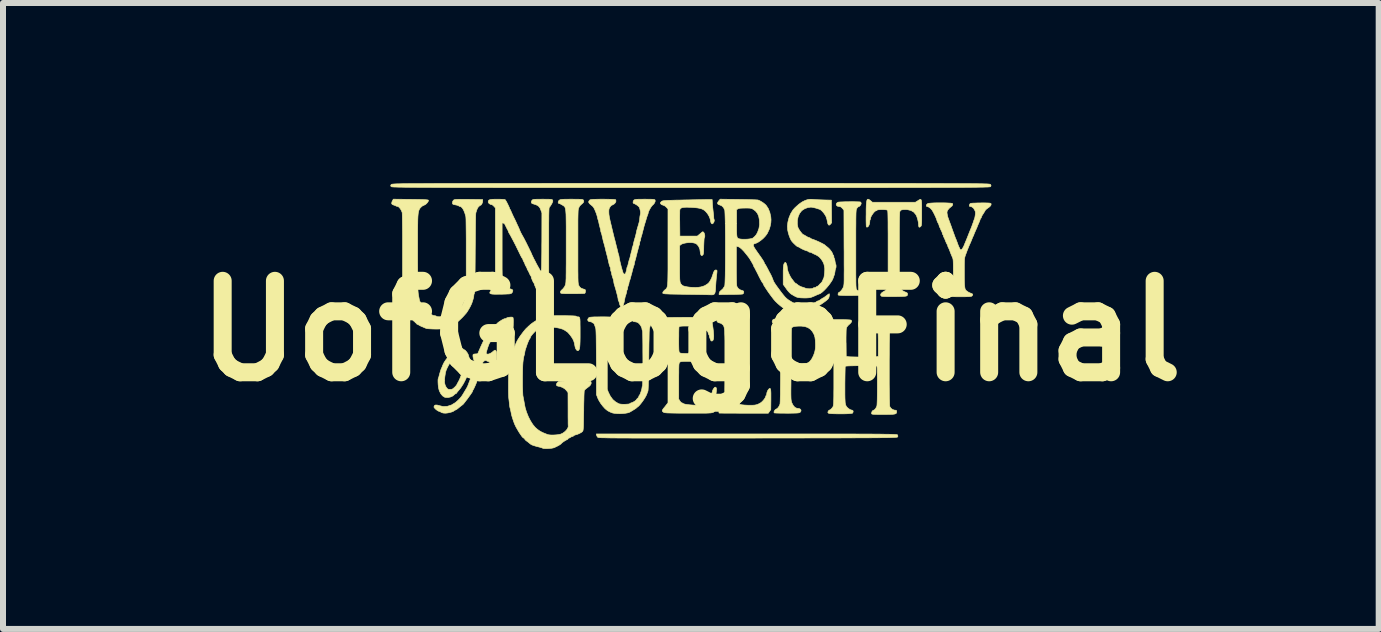
<source format=kicad_pcb>
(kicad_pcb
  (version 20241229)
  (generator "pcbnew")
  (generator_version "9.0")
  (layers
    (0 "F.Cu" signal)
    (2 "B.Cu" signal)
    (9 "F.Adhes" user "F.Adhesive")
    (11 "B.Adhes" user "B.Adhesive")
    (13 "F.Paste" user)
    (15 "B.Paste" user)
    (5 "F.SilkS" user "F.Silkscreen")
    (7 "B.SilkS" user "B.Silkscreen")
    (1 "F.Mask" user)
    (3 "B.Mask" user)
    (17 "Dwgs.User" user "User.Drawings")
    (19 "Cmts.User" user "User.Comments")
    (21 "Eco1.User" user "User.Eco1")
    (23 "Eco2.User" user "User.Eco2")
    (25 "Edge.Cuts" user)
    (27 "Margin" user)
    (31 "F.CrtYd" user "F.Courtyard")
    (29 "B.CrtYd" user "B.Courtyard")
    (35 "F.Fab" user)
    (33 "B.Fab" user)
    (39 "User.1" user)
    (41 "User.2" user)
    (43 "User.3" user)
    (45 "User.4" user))
  (footprint "UofGLogoFinal"
    (layer "F.Cu")
    (at 8.462 2.464)
    (property "Reference" "UofGLogoFinal" (at 0 0 0) (layer "F.SilkS") (effects (font (size 1.524 1.524) (thickness 0.3))))
    (attr through_hole)
    (fp_poly (pts (xy 1.161 1.717) (xy 1.377 1.717) (xy 1.579 1.717) (xy 1.768 1.717) (xy 1.944 1.717) (xy 2.107 1.717) (xy 2.258 1.717) (xy 2.397 1.718) (xy 2.525 1.718) (xy 2.642 1.718) (xy 2.749 1.718) (xy 2.846 1.719) (xy 2.934 1.719) (xy 3.013 1.719) (xy 3.083 1.72) (xy 3.146 1.72) (xy 3.201 1.721) (xy 3.249 1.722) (xy 3.29 1.722) (xy 3.325 1.723) (xy 3.355 1.724) (xy 3.379 1.725) (xy 3.399 1.726) (xy 3.415 1.727) (xy 3.426 1.728) (xy 3.435 1.729) (xy 3.44 1.731) (xy 3.443 1.732) (xy 3.444 1.733) (xy 3.45 1.753) (xy 3.446 1.766) (xy 3.445 1.768) (xy 3.442 1.769) (xy 3.437 1.771) (xy 3.429 1.772) (xy 3.418 1.773) (xy 3.404 1.774) (xy 3.385 1.775) (xy 3.363 1.776) (xy 3.335 1.777) (xy 3.302 1.778) (xy 3.263 1.779) (xy 3.217 1.779) (xy 3.165 1.78) (xy 3.105 1.781) (xy 3.038 1.781) (xy 2.963 1.782) (xy 2.878 1.782) (xy 2.785 1.782) (xy 2.682 1.783) (xy 2.569 1.783) (xy 2.445 1.784) (xy 2.31 1.784) (xy 2.164 1.784) (xy 2.006 1.784) (xy 1.835 1.785) (xy 1.652 1.785) (xy 1.455 1.785) (xy 1.244 1.785) (xy 1.018 1.786) (xy 0.951 1.786) (xy 0.72 1.786) (xy 0.504 1.786) (xy 0.301 1.786) (xy 0.112 1.786) (xy -0.064 1.786) (xy -0.228 1.786) (xy -0.379 1.786) (xy -0.518 1.786) (xy -0.647 1.786) (xy -0.764 1.786) (xy -0.871 1.786) (xy -0.968 1.786) (xy -1.056 1.785) (xy -1.135 1.785) (xy -1.205 1.785) (xy -1.267 1.784) (xy -1.322 1.784) (xy -1.369 1.783) (xy -1.41 1.782) (xy -1.444 1.781) (xy -1.473 1.781) (xy -1.497 1.78) (xy -1.515 1.779) (xy -1.53 1.778) (xy -1.54 1.776) (xy -1.547 1.775) (xy -1.55 1.774) (xy -1.551 1.773) (xy -1.565 1.754) (xy -1.571 1.738) (xy -1.575 1.717) (xy 0.93 1.717) (xy 1.161 1.717)) (stroke (width 0.01) (type solid)) (fill yes) (layer "F.SilkS"))
    (fp_poly (pts (xy 2.709 -2.153) (xy 2.751 -2.152) (xy 2.786 -2.151) (xy 2.812 -2.15) (xy 2.826 -2.148) (xy 2.827 -2.148) (xy 2.837 -2.134) (xy 2.839 -2.125) (xy 2.833 -2.105) (xy 2.819 -2.085) (xy 2.804 -2.073) (xy 2.8 -2.072) (xy 2.782 -2.063) (xy 2.765 -2.04) (xy 2.758 -2.024) (xy 2.756 -2.014) (xy 2.754 -1.993) (xy 2.752 -1.961) (xy 2.751 -1.916) (xy 2.75 -1.857) (xy 2.75 -1.783) (xy 2.749 -1.693) (xy 2.749 -1.586) (xy 2.749 -1.46) (xy 2.749 -1.355) (xy 2.749 -1.223) (xy 2.749 -1.111) (xy 2.749 -1.016) (xy 2.749 -0.937) (xy 2.75 -0.872) (xy 2.75 -0.819) (xy 2.751 -0.779) (xy 2.752 -0.748) (xy 2.754 -0.725) (xy 2.755 -0.709) (xy 2.757 -0.699) (xy 2.76 -0.692) (xy 2.761 -0.689) (xy 2.776 -0.675) (xy 2.788 -0.671) (xy 2.799 -0.666) (xy 2.801 -0.66) (xy 2.808 -0.652) (xy 2.818 -0.65) (xy 2.845 -0.646) (xy 2.862 -0.636) (xy 2.869 -0.622) (xy 2.862 -0.607) (xy 2.854 -0.6) (xy 2.843 -0.597) (xy 2.82 -0.594) (xy 2.787 -0.592) (xy 2.747 -0.591) (xy 2.702 -0.59) (xy 2.654 -0.589) (xy 2.607 -0.589) (xy 2.562 -0.59) (xy 2.522 -0.591) (xy 2.489 -0.593) (xy 2.466 -0.595) (xy 2.455 -0.598) (xy 2.455 -0.599) (xy 2.453 -0.615) (xy 2.458 -0.632) (xy 2.466 -0.64) (xy 2.481 -0.648) (xy 2.501 -0.667) (xy 2.521 -0.692) (xy 2.536 -0.719) (xy 2.54 -0.726) (xy 2.543 -0.735) (xy 2.546 -0.744) (xy 2.548 -0.755) (xy 2.55 -0.769) (xy 2.552 -0.788) (xy 2.553 -0.814) (xy 2.554 -0.848) (xy 2.554 -0.892) (xy 2.554 -0.948) (xy 2.555 -1.017) (xy 2.554 -1.1) (xy 2.554 -1.199) (xy 2.554 -1.317) (xy 2.553 -1.389) (xy 2.551 -2.01) (xy 2.526 -2.042) (xy 2.501 -2.065) (xy 2.476 -2.073) (xy 2.473 -2.073) (xy 2.447 -2.077) (xy 2.429 -2.089) (xy 2.422 -2.107) (xy 2.425 -2.12) (xy 2.438 -2.136) (xy 2.455 -2.145) (xy 2.469 -2.147) (xy 2.495 -2.149) (xy 2.53 -2.15) (xy 2.572 -2.152) (xy 2.617 -2.152) (xy 2.664 -2.153) (xy 2.709 -2.153)) (stroke (width 0.01) (type solid)) (fill yes) (layer "F.SilkS"))
    (fp_poly (pts (xy -3.796 0.3) (xy -3.791 0.305) (xy -3.781 0.314) (xy -3.773 0.315) (xy -3.761 0.322) (xy -3.744 0.341) (xy -3.726 0.365) (xy -3.712 0.389) (xy -3.706 0.407) (xy -3.705 0.409) (xy -3.701 0.428) (xy -3.697 0.434) (xy -3.694 0.449) (xy -3.692 0.479) (xy -3.692 0.519) (xy -3.694 0.564) (xy -3.697 0.607) (xy -3.702 0.646) (xy -3.703 0.655) (xy -3.722 0.73) (xy -3.752 0.807) (xy -3.791 0.882) (xy -3.835 0.95) (xy -3.857 0.977) (xy -3.879 1.003) (xy -3.896 1.024) (xy -3.905 1.037) (xy -3.906 1.039) (xy -3.914 1.046) (xy -3.918 1.046) (xy -3.932 1.053) (xy -3.938 1.059) (xy -3.966 1.084) (xy -4.004 1.101) (xy -4.045 1.11) (xy -4.086 1.109) (xy -4.105 1.104) (xy -4.137 1.083) (xy -4.167 1.047) (xy -4.191 0.999) (xy -4.2 0.968) (xy -4.207 0.933) (xy -4.211 0.892) (xy -4.213 0.85) (xy -4.213 0.824) (xy -4.105 0.824) (xy -4.103 0.868) (xy -4.094 0.904) (xy -4.079 0.935) (xy -4.075 0.941) (xy -4.059 0.962) (xy -4.043 0.972) (xy -4.022 0.975) (xy -4.012 0.975) (xy -3.986 0.973) (xy -3.966 0.965) (xy -3.944 0.946) (xy -3.936 0.939) (xy -3.917 0.919) (xy -3.904 0.903) (xy -3.9 0.896) (xy -3.895 0.885) (xy -3.884 0.864) (xy -3.879 0.856) (xy -3.862 0.824) (xy -3.846 0.789) (xy -3.845 0.785) (xy -3.834 0.757) (xy -3.826 0.735) (xy -3.825 0.731) (xy -3.816 0.696) (xy -3.81 0.651) (xy -3.806 0.602) (xy -3.806 0.554) (xy -3.809 0.513) (xy -3.815 0.485) (xy -3.816 0.482) (xy -3.838 0.456) (xy -3.868 0.442) (xy -3.902 0.439) (xy -3.936 0.449) (xy -3.945 0.454) (xy -3.973 0.479) (xy -4.003 0.518) (xy -4.033 0.564) (xy -4.059 0.613) (xy -4.079 0.66) (xy -4.089 0.696) (xy -4.1 0.768) (xy -4.105 0.824) (xy -4.213 0.824) (xy -4.213 0.815) (xy -4.209 0.791) (xy -4.207 0.787) (xy -4.201 0.772) (xy -4.194 0.745) (xy -4.188 0.723) (xy -4.177 0.684) (xy -4.165 0.646) (xy -4.159 0.631) (xy -4.145 0.6) (xy -4.133 0.569) (xy -4.131 0.565) (xy -4.111 0.524) (xy -4.08 0.478) (xy -4.043 0.431) (xy -4.001 0.387) (xy -3.96 0.35) (xy -3.93 0.328) (xy -3.902 0.314) (xy -3.871 0.304) (xy -3.84 0.297) (xy -3.814 0.296) (xy -3.796 0.3)) (stroke (width 0.01) (type solid)) (fill yes) (layer "F.SilkS"))
    (fp_poly (pts (xy -1.927 -2.194) (xy -1.882 -2.194) (xy -1.848 -2.193) (xy -1.824 -2.192) (xy -1.808 -2.189) (xy -1.798 -2.186) (xy -1.792 -2.182) (xy -1.788 -2.176) (xy -1.784 -2.157) (xy -1.791 -2.139) (xy -1.811 -2.119) (xy -1.825 -2.108) (xy -1.852 -2.081) (xy -1.868 -2.05) (xy -1.871 -2.042) (xy -1.874 -2.032) (xy -1.876 -2.018) (xy -1.878 -2.001) (xy -1.879 -1.976) (xy -1.88 -1.944) (xy -1.881 -1.903) (xy -1.882 -1.85) (xy -1.882 -1.785) (xy -1.882 -1.705) (xy -1.882 -1.61) (xy -1.882 -1.497) (xy -1.882 -1.401) (xy -1.882 -1.274) (xy -1.882 -1.166) (xy -1.882 -1.075) (xy -1.882 -1) (xy -1.881 -0.938) (xy -1.881 -0.889) (xy -1.88 -0.851) (xy -1.879 -0.821) (xy -1.877 -0.8) (xy -1.875 -0.784) (xy -1.873 -0.773) (xy -1.871 -0.764) (xy -1.868 -0.757) (xy -1.867 -0.757) (xy -1.851 -0.73) (xy -1.827 -0.711) (xy -1.793 -0.698) (xy -1.784 -0.696) (xy -1.765 -0.69) (xy -1.757 -0.68) (xy -1.756 -0.661) (xy -1.76 -0.637) (xy -1.767 -0.626) (xy -1.778 -0.624) (xy -1.801 -0.623) (xy -1.835 -0.622) (xy -1.878 -0.621) (xy -1.926 -0.62) (xy -1.973 -0.62) (xy -2.033 -0.62) (xy -2.08 -0.62) (xy -2.115 -0.622) (xy -2.14 -0.623) (xy -2.157 -0.626) (xy -2.166 -0.629) (xy -2.171 -0.633) (xy -2.171 -0.635) (xy -2.173 -0.651) (xy -2.166 -0.667) (xy -2.148 -0.686) (xy -2.135 -0.697) (xy -2.106 -0.733) (xy -2.091 -0.765) (xy -2.088 -0.775) (xy -2.086 -0.786) (xy -2.084 -0.8) (xy -2.082 -0.819) (xy -2.081 -0.845) (xy -2.079 -0.878) (xy -2.079 -0.921) (xy -2.078 -0.975) (xy -2.078 -1.042) (xy -2.077 -1.124) (xy -2.077 -1.222) (xy -2.077 -1.337) (xy -2.077 -1.406) (xy -2.077 -1.536) (xy -2.077 -1.649) (xy -2.077 -1.743) (xy -2.078 -1.823) (xy -2.079 -1.888) (xy -2.08 -1.94) (xy -2.083 -1.981) (xy -2.086 -2.013) (xy -2.09 -2.037) (xy -2.096 -2.055) (xy -2.103 -2.068) (xy -2.111 -2.077) (xy -2.121 -2.084) (xy -2.133 -2.092) (xy -2.141 -2.097) (xy -2.166 -2.111) (xy -2.186 -2.121) (xy -2.197 -2.123) (xy -2.209 -2.13) (xy -2.211 -2.146) (xy -2.204 -2.165) (xy -2.193 -2.178) (xy -2.185 -2.183) (xy -2.174 -2.187) (xy -2.158 -2.19) (xy -2.134 -2.192) (xy -2.101 -2.194) (xy -2.058 -2.194) (xy -2.002 -2.195) (xy -1.986 -2.195) (xy -1.927 -2.194)) (stroke (width 0.01) (type solid)) (fill yes) (layer "F.SilkS"))
    (fp_poly (pts (xy 0.698 -0.204) (xy 0.746 -0.203) (xy 0.79 -0.202) (xy 0.827 -0.2) (xy 0.857 -0.197) (xy 0.876 -0.193) (xy 0.882 -0.189) (xy 0.875 -0.172) (xy 0.859 -0.153) (xy 0.838 -0.137) (xy 0.82 -0.128) (xy 0.801 -0.117) (xy 0.78 -0.099) (xy 0.779 -0.097) (xy 0.758 -0.073) (xy 0.756 0.546) (xy 0.756 0.674) (xy 0.755 0.783) (xy 0.755 0.875) (xy 0.755 0.951) (xy 0.756 1.013) (xy 0.756 1.062) (xy 0.757 1.101) (xy 0.758 1.13) (xy 0.759 1.151) (xy 0.761 1.166) (xy 0.763 1.177) (xy 0.765 1.184) (xy 0.768 1.189) (xy 0.785 1.207) (xy 0.811 1.221) (xy 0.847 1.231) (xy 0.896 1.236) (xy 0.957 1.239) (xy 0.972 1.239) (xy 1.02 1.239) (xy 1.058 1.237) (xy 1.087 1.232) (xy 1.113 1.224) (xy 1.139 1.212) (xy 1.164 1.198) (xy 1.186 1.18) (xy 1.209 1.156) (xy 1.229 1.13) (xy 1.243 1.106) (xy 1.248 1.09) (xy 1.252 1.078) (xy 1.255 1.077) (xy 1.261 1.069) (xy 1.263 1.058) (xy 1.268 1.026) (xy 1.282 0.992) (xy 1.3 0.968) (xy 1.312 0.959) (xy 1.321 0.959) (xy 1.328 0.971) (xy 1.332 0.996) (xy 1.334 1.036) (xy 1.334 1.093) (xy 1.334 1.149) (xy 1.332 1.312) (xy 1.311 1.342) (xy 1.29 1.372) (xy 0.88 1.372) (xy 0.803 1.372) (xy 0.731 1.371) (xy 0.665 1.371) (xy 0.607 1.371) (xy 0.557 1.371) (xy 0.517 1.37) (xy 0.488 1.37) (xy 0.473 1.369) (xy 0.47 1.369) (xy 0.467 1.35) (xy 0.469 1.333) (xy 0.478 1.317) (xy 0.495 1.296) (xy 0.523 1.267) (xy 0.542 1.244) (xy 0.557 1.221) (xy 0.561 1.209) (xy 0.562 1.194) (xy 0.563 1.161) (xy 0.564 1.112) (xy 0.565 1.048) (xy 0.565 0.97) (xy 0.566 0.882) (xy 0.566 0.785) (xy 0.567 0.681) (xy 0.567 0.581) (xy 0.567 0.451) (xy 0.567 0.339) (xy 0.567 0.244) (xy 0.567 0.165) (xy 0.566 0.1) (xy 0.564 0.047) (xy 0.563 0.005) (xy 0.56 -0.027) (xy 0.557 -0.051) (xy 0.552 -0.069) (xy 0.547 -0.083) (xy 0.541 -0.093) (xy 0.534 -0.101) (xy 0.525 -0.11) (xy 0.524 -0.11) (xy 0.503 -0.125) (xy 0.482 -0.132) (xy 0.481 -0.132) (xy 0.461 -0.137) (xy 0.443 -0.149) (xy 0.434 -0.164) (xy 0.433 -0.168) (xy 0.439 -0.179) (xy 0.446 -0.189) (xy 0.458 -0.193) (xy 0.481 -0.197) (xy 0.514 -0.2) (xy 0.555 -0.202) (xy 0.6 -0.204) (xy 0.649 -0.204) (xy 0.698 -0.204)) (stroke (width 0.01) (type solid)) (fill yes) (layer "F.SilkS"))
    (fp_poly (pts (xy 2.966 -2.191) (xy 2.985 -2.178) (xy 2.996 -2.169) (xy 3.025 -2.144) (xy 3.742 -2.144) (xy 3.784 -2.17) (xy 3.804 -2.183) (xy 3.819 -2.191) (xy 3.831 -2.192) (xy 3.838 -2.183) (xy 3.843 -2.164) (xy 3.846 -2.131) (xy 3.847 -2.084) (xy 3.847 -2.019) (xy 3.847 -1.973) (xy 3.847 -1.901) (xy 3.847 -1.848) (xy 3.846 -1.808) (xy 3.844 -1.781) (xy 3.842 -1.764) (xy 3.839 -1.752) (xy 3.834 -1.745) (xy 3.834 -1.744) (xy 3.815 -1.728) (xy 3.802 -1.73) (xy 3.795 -1.751) (xy 3.795 -1.765) (xy 3.79 -1.813) (xy 3.779 -1.864) (xy 3.763 -1.911) (xy 3.75 -1.937) (xy 3.715 -1.979) (xy 3.669 -2.006) (xy 3.613 -2.02) (xy 3.578 -2.022) (xy 3.54 -2.021) (xy 3.514 -2.017) (xy 3.498 -2.01) (xy 3.488 -1.998) (xy 3.482 -1.985) (xy 3.48 -1.971) (xy 3.479 -1.943) (xy 3.477 -1.898) (xy 3.476 -1.837) (xy 3.475 -1.759) (xy 3.474 -1.662) (xy 3.474 -1.547) (xy 3.474 -1.413) (xy 3.474 -1.355) (xy 3.474 -1.227) (xy 3.474 -1.118) (xy 3.474 -1.025) (xy 3.475 -0.949) (xy 3.475 -0.886) (xy 3.476 -0.837) (xy 3.477 -0.798) (xy 3.479 -0.769) (xy 3.48 -0.748) (xy 3.482 -0.733) (xy 3.484 -0.723) (xy 3.485 -0.721) (xy 3.502 -0.695) (xy 3.529 -0.67) (xy 3.562 -0.652) (xy 3.583 -0.644) (xy 3.604 -0.633) (xy 3.612 -0.616) (xy 3.608 -0.595) (xy 3.605 -0.59) (xy 3.599 -0.585) (xy 3.59 -0.581) (xy 3.575 -0.578) (xy 3.552 -0.576) (xy 3.521 -0.574) (xy 3.479 -0.573) (xy 3.425 -0.572) (xy 3.39 -0.572) (xy 3.32 -0.571) (xy 3.264 -0.572) (xy 3.22 -0.573) (xy 3.19 -0.575) (xy 3.175 -0.579) (xy 3.173 -0.58) (xy 3.162 -0.596) (xy 3.165 -0.615) (xy 3.181 -0.635) (xy 3.21 -0.655) (xy 3.223 -0.661) (xy 3.247 -0.679) (xy 3.267 -0.703) (xy 3.269 -0.707) (xy 3.287 -0.739) (xy 3.287 -1.368) (xy 3.287 -1.505) (xy 3.287 -1.623) (xy 3.286 -1.723) (xy 3.286 -1.805) (xy 3.285 -1.872) (xy 3.284 -1.925) (xy 3.283 -1.964) (xy 3.281 -1.99) (xy 3.28 -2.005) (xy 3.278 -2.01) (xy 3.267 -2.015) (xy 3.246 -2.019) (xy 3.217 -2.021) (xy 3.186 -2.022) (xy 3.155 -2.021) (xy 3.128 -2.019) (xy 3.11 -2.016) (xy 3.104 -2.012) (xy 3.094 -2.003) (xy 3.084 -2.002) (xy 3.07 -1.994) (xy 3.05 -1.975) (xy 3.03 -1.949) (xy 3.012 -1.921) (xy 2.999 -1.896) (xy 2.996 -1.882) (xy 2.993 -1.862) (xy 2.988 -1.854) (xy 2.983 -1.841) (xy 2.981 -1.816) (xy 2.981 -1.814) (xy 2.976 -1.782) (xy 2.965 -1.754) (xy 2.95 -1.734) (xy 2.934 -1.729) (xy 2.929 -1.731) (xy 2.926 -1.736) (xy 2.923 -1.747) (xy 2.922 -1.767) (xy 2.921 -1.797) (xy 2.92 -1.841) (xy 2.92 -1.902) (xy 2.921 -1.94) (xy 2.921 -2.024) (xy 2.923 -2.089) (xy 2.927 -2.137) (xy 2.932 -2.17) (xy 2.94 -2.189) (xy 2.951 -2.195) (xy 2.966 -2.191)) (stroke (width 0.01) (type solid)) (fill yes) (layer "F.SilkS"))
    (fp_poly (pts (xy 0.639 -2.459) (xy 0.937 -2.459) (xy 1.221 -2.459) (xy 1.491 -2.459) (xy 1.748 -2.459) (xy 1.992 -2.459) (xy 2.224 -2.459) (xy 2.443 -2.459) (xy 2.651 -2.458) (xy 2.847 -2.458) (xy 3.031 -2.458) (xy 3.205 -2.458) (xy 3.368 -2.458) (xy 3.52 -2.458) (xy 3.663 -2.458) (xy 3.797 -2.457) (xy 3.921 -2.457) (xy 4.036 -2.457) (xy 4.142 -2.457) (xy 4.24 -2.456) (xy 4.331 -2.456) (xy 4.413 -2.456) (xy 4.489 -2.455) (xy 4.558 -2.455) (xy 4.62 -2.455) (xy 4.675 -2.454) (xy 4.725 -2.453) (xy 4.77 -2.453) (xy 4.809 -2.452) (xy 4.843 -2.452) (xy 4.872 -2.451) (xy 4.898 -2.45) (xy 4.919 -2.45) (xy 4.937 -2.449) (xy 4.952 -2.448) (xy 4.964 -2.447) (xy 4.973 -2.446) (xy 4.98 -2.445) (xy 4.985 -2.444) (xy 4.989 -2.443) (xy 4.991 -2.442) (xy 4.993 -2.44) (xy 4.993 -2.44) (xy 5.002 -2.424) (xy 4.999 -2.412) (xy 4.994 -2.404) (xy 4.992 -2.403) (xy 4.989 -2.402) (xy 4.984 -2.401) (xy 4.976 -2.4) (xy 4.965 -2.399) (xy 4.952 -2.398) (xy 4.935 -2.397) (xy 4.914 -2.397) (xy 4.89 -2.396) (xy 4.861 -2.395) (xy 4.827 -2.395) (xy 4.788 -2.394) (xy 4.744 -2.393) (xy 4.694 -2.393) (xy 4.639 -2.392) (xy 4.576 -2.392) (xy 4.507 -2.391) (xy 4.432 -2.391) (xy 4.348 -2.391) (xy 4.257 -2.39) (xy 4.158 -2.39) (xy 4.051 -2.39) (xy 3.935 -2.389) (xy 3.81 -2.389) (xy 3.676 -2.389) (xy 3.532 -2.389) (xy 3.378 -2.389) (xy 3.214 -2.388) (xy 3.039 -2.388) (xy 2.853 -2.388) (xy 2.656 -2.388) (xy 2.447 -2.388) (xy 2.226 -2.388) (xy 1.993 -2.388) (xy 1.747 -2.388) (xy 1.488 -2.388) (xy 1.216 -2.388) (xy 0.931 -2.388) (xy 0.631 -2.388) (xy 0.317 -2.388) (xy -0.000001 -2.388) (xy -0.328 -2.388) (xy -0.641 -2.388) (xy -0.941 -2.388) (xy -1.226 -2.388) (xy -1.497 -2.388) (xy -1.756 -2.388) (xy -2.001 -2.388) (xy -2.234 -2.388) (xy -2.454 -2.388) (xy -2.663 -2.388) (xy -2.86 -2.388) (xy -3.045 -2.388) (xy -3.22 -2.388) (xy -3.384 -2.389) (xy -3.537 -2.389) (xy -3.681 -2.389) (xy -3.815 -2.389) (xy -3.939 -2.389) (xy -4.055 -2.39) (xy -4.162 -2.39) (xy -4.261 -2.39) (xy -4.351 -2.391) (xy -4.434 -2.391) (xy -4.51 -2.391) (xy -4.579 -2.392) (xy -4.641 -2.392) (xy -4.696 -2.393) (xy -4.746 -2.393) (xy -4.79 -2.394) (xy -4.828 -2.395) (xy -4.862 -2.395) (xy -4.891 -2.396) (xy -4.915 -2.397) (xy -4.936 -2.397) (xy -4.952 -2.398) (xy -4.966 -2.399) (xy -4.976 -2.4) (xy -4.984 -2.401) (xy -4.989 -2.402) (xy -4.992 -2.403) (xy -4.994 -2.404) (xy -5.002 -2.418) (xy -4.999 -2.43) (xy -4.993 -2.44) (xy -4.992 -2.441) (xy -4.99 -2.442) (xy -4.988 -2.443) (xy -4.984 -2.444) (xy -4.978 -2.445) (xy -4.97 -2.446) (xy -4.96 -2.447) (xy -4.948 -2.448) (xy -4.932 -2.449) (xy -4.913 -2.45) (xy -4.89 -2.451) (xy -4.864 -2.451) (xy -4.832 -2.452) (xy -4.797 -2.453) (xy -4.756 -2.453) (xy -4.71 -2.454) (xy -4.658 -2.454) (xy -4.601 -2.455) (xy -4.536 -2.455) (xy -4.466 -2.455) (xy -4.388 -2.456) (xy -4.303 -2.456) (xy -4.21 -2.457) (xy -4.109 -2.457) (xy -4 -2.457) (xy -3.882 -2.457) (xy -3.755 -2.458) (xy -3.619 -2.458) (xy -3.473 -2.458) (xy -3.317 -2.458) (xy -3.151 -2.458) (xy -2.974 -2.458) (xy -2.785 -2.458) (xy -2.586 -2.458) (xy -2.375 -2.459) (xy -2.152 -2.459) (xy -1.916 -2.459) (xy -1.668 -2.459) (xy -1.407 -2.459) (xy -1.132 -2.459) (xy -0.844 -2.459) (xy -0.541 -2.459) (xy -0.224 -2.459) (xy 0.327 -2.459) (xy 0.639 -2.459)) (stroke (width 0.01) (type solid)) (fill yes) (layer "F.SilkS"))
    (fp_poly (pts (xy 1.709 -0.203) (xy 1.712 -0.203) (xy 1.792 -0.203) (xy 1.859 -0.203) (xy 1.913 -0.202) (xy 1.958 -0.201) (xy 1.993 -0.2) (xy 2.021 -0.197) (xy 2.044 -0.194) (xy 2.062 -0.19) (xy 2.078 -0.184) (xy 2.093 -0.177) (xy 2.108 -0.168) (xy 2.123 -0.16) (xy 2.153 -0.134) (xy 2.188 -0.091) (xy 2.213 -0.054) (xy 2.231 -0.015) (xy 2.245 0.038) (xy 2.254 0.098) (xy 2.256 0.15) (xy 2.255 0.189) (xy 2.253 0.222) (xy 2.25 0.241) (xy 2.25 0.241) (xy 2.243 0.261) (xy 2.235 0.292) (xy 2.231 0.308) (xy 2.223 0.335) (xy 2.209 0.369) (xy 2.192 0.407) (xy 2.173 0.444) (xy 2.156 0.476) (xy 2.142 0.499) (xy 2.133 0.508) (xy 2.132 0.508) (xy 2.123 0.515) (xy 2.108 0.532) (xy 2.103 0.539) (xy 2.08 0.564) (xy 2.047 0.591) (xy 2.009 0.616) (xy 1.97 0.637) (xy 1.936 0.649) (xy 1.905 0.656) (xy 1.869 0.66) (xy 1.854 0.66) (xy 1.829 0.662) (xy 1.811 0.666) (xy 1.804 0.67) (xy 1.793 0.675) (xy 1.772 0.679) (xy 1.744 0.682) (xy 1.733 0.683) (xy 1.67 0.686) (xy 1.668 0.919) (xy 1.667 0.995) (xy 1.667 1.052) (xy 1.668 1.095) (xy 1.669 1.127) (xy 1.671 1.15) (xy 1.674 1.168) (xy 1.678 1.183) (xy 1.683 1.199) (xy 1.683 1.199) (xy 1.706 1.243) (xy 1.734 1.274) (xy 1.765 1.289) (xy 1.775 1.29) (xy 1.805 1.294) (xy 1.826 1.305) (xy 1.836 1.321) (xy 1.833 1.34) (xy 1.821 1.356) (xy 1.814 1.361) (xy 1.803 1.364) (xy 1.787 1.367) (xy 1.763 1.369) (xy 1.731 1.37) (xy 1.687 1.371) (xy 1.632 1.372) (xy 1.598 1.372) (xy 1.544 1.371) (xy 1.495 1.371) (xy 1.453 1.37) (xy 1.42 1.369) (xy 1.397 1.367) (xy 1.388 1.366) (xy 1.388 1.366) (xy 1.385 1.35) (xy 1.393 1.331) (xy 1.406 1.313) (xy 1.422 1.302) (xy 1.427 1.301) (xy 1.441 1.292) (xy 1.459 1.272) (xy 1.475 1.245) (xy 1.486 1.218) (xy 1.487 1.201) (xy 1.489 1.167) (xy 1.49 1.116) (xy 1.492 1.052) (xy 1.492 0.977) (xy 1.493 0.892) (xy 1.494 0.8) (xy 1.494 0.704) (xy 1.494 0.606) (xy 1.494 0.507) (xy 1.494 0.411) (xy 1.493 0.318) (xy 1.493 0.232) (xy 1.492 0.219) (xy 1.674 0.219) (xy 1.674 0.297) (xy 1.674 0.358) (xy 1.674 0.403) (xy 1.675 0.436) (xy 1.677 0.458) (xy 1.679 0.473) (xy 1.683 0.482) (xy 1.687 0.489) (xy 1.689 0.492) (xy 1.716 0.513) (xy 1.755 0.528) (xy 1.782 0.535) (xy 1.801 0.539) (xy 1.813 0.544) (xy 1.815 0.545) (xy 1.825 0.548) (xy 1.846 0.549) (xy 1.872 0.548) (xy 1.901 0.545) (xy 1.927 0.541) (xy 1.94 0.537) (xy 1.978 0.514) (xy 2.012 0.472) (xy 2.042 0.414) (xy 2.055 0.379) (xy 2.066 0.343) (xy 2.072 0.312) (xy 2.076 0.278) (xy 2.077 0.234) (xy 2.077 0.22) (xy 2.074 0.154) (xy 2.067 0.103) (xy 2.053 0.06) (xy 2.031 0.02) (xy 2.024 0.009) (xy 1.99 -0.029) (xy 1.949 -0.056) (xy 1.899 -0.073) (xy 1.839 -0.08) (xy 1.797 -0.08) (xy 1.75 -0.077) (xy 1.717 -0.072) (xy 1.695 -0.064) (xy 1.682 -0.052) (xy 1.679 -0.048) (xy 1.678 -0.035) (xy 1.676 -0.004) (xy 1.675 0.041) (xy 1.674 0.098) (xy 1.674 0.163) (xy 1.674 0.219) (xy 1.492 0.219) (xy 1.492 0.156) (xy 1.49 0.09) (xy 1.489 0.037) (xy 1.488 -0.000143) (xy 1.486 -0.02) (xy 1.486 -0.021) (xy 1.469 -0.059) (xy 1.443 -0.093) (xy 1.412 -0.119) (xy 1.38 -0.132) (xy 1.373 -0.132) (xy 1.359 -0.139) (xy 1.355 -0.156) (xy 1.362 -0.177) (xy 1.366 -0.183) (xy 1.37 -0.188) (xy 1.376 -0.192) (xy 1.384 -0.195) (xy 1.396 -0.198) (xy 1.414 -0.2) (xy 1.438 -0.201) (xy 1.471 -0.202) (xy 1.513 -0.203) (xy 1.566 -0.203) (xy 1.631 -0.203) (xy 1.709 -0.203)) (stroke (width 0.01) (type solid)) (fill yes) (layer "F.SilkS"))
    (fp_poly (pts (xy -1.429 -0.234) (xy -1.382 -0.233) (xy -1.347 -0.232) (xy -1.322 -0.231) (xy -1.305 -0.229) (xy -1.295 -0.225) (xy -1.289 -0.221) (xy -1.287 -0.217) (xy -1.288 -0.193) (xy -1.299 -0.17) (xy -1.308 -0.162) (xy -1.321 -0.153) (xy -1.341 -0.14) (xy -1.346 -0.136) (xy -1.356 -0.13) (xy -1.365 -0.123) (xy -1.372 -0.114) (xy -1.378 -0.103) (xy -1.383 -0.086) (xy -1.386 -0.063) (xy -1.389 -0.031) (xy -1.391 0.01) (xy -1.392 0.063) (xy -1.393 0.13) (xy -1.393 0.211) (xy -1.393 0.309) (xy -1.393 0.426) (xy -1.393 0.452) (xy -1.393 0.972) (xy -1.375 1.021) (xy -1.342 1.087) (xy -1.301 1.143) (xy -1.254 1.183) (xy -1.249 1.186) (xy -1.226 1.199) (xy -1.207 1.211) (xy -1.204 1.212) (xy -1.189 1.217) (xy -1.163 1.221) (xy -1.132 1.223) (xy -1.098 1.223) (xy -1.066 1.221) (xy -1.038 1.219) (xy -1.02 1.214) (xy -1.014 1.211) (xy -0.999 1.2) (xy -0.993 1.199) (xy -0.977 1.194) (xy -0.955 1.183) (xy -0.932 1.169) (xy -0.914 1.154) (xy -0.906 1.144) (xy -0.895 1.129) (xy -0.883 1.119) (xy -0.871 1.104) (xy -0.867 1.092) (xy -0.863 1.079) (xy -0.86 1.077) (xy -0.853 1.068) (xy -0.843 1.047) (xy -0.832 1.017) (xy -0.822 0.987) (xy -0.816 0.96) (xy -0.814 0.948) (xy -0.811 0.927) (xy -0.807 0.919) (xy -0.805 0.908) (xy -0.803 0.876) (xy -0.802 0.826) (xy -0.801 0.756) (xy -0.8 0.669) (xy -0.799 0.565) (xy -0.799 0.457) (xy -0.8 0.338) (xy -0.8 0.235) (xy -0.801 0.15) (xy -0.802 0.083) (xy -0.803 0.034) (xy -0.805 0.005) (xy -0.807 -0.005) (xy -0.813 -0.019) (xy -0.814 -0.034) (xy -0.821 -0.059) (xy -0.836 -0.088) (xy -0.858 -0.117) (xy -0.879 -0.136) (xy -0.904 -0.147) (xy -0.93 -0.152) (xy -0.933 -0.152) (xy -0.958 -0.157) (xy -0.973 -0.169) (xy -0.974 -0.186) (xy -0.965 -0.204) (xy -0.959 -0.21) (xy -0.952 -0.215) (xy -0.94 -0.218) (xy -0.924 -0.221) (xy -0.899 -0.222) (xy -0.865 -0.223) (xy -0.82 -0.223) (xy -0.774 -0.224) (xy -0.718 -0.223) (xy -0.675 -0.223) (xy -0.644 -0.222) (xy -0.623 -0.221) (xy -0.609 -0.218) (xy -0.601 -0.215) (xy -0.598 -0.21) (xy -0.598 -0.205) (xy -0.604 -0.182) (xy -0.621 -0.16) (xy -0.637 -0.149) (xy -0.65 -0.135) (xy -0.666 -0.107) (xy -0.68 -0.073) (xy -0.689 -0.038) (xy -0.691 -0.03) (xy -0.692 -0.013) (xy -0.694 0.022) (xy -0.695 0.073) (xy -0.696 0.138) (xy -0.698 0.215) (xy -0.699 0.302) (xy -0.7 0.395) (xy -0.701 0.493) (xy -0.703 0.622) (xy -0.704 0.731) (xy -0.706 0.821) (xy -0.708 0.893) (xy -0.71 0.946) (xy -0.712 0.981) (xy -0.714 0.999) (xy -0.714 1.001) (xy -0.723 1.023) (xy -0.734 1.053) (xy -0.737 1.061) (xy -0.75 1.088) (xy -0.771 1.124) (xy -0.797 1.163) (xy -0.825 1.201) (xy -0.851 1.233) (xy -0.873 1.256) (xy -0.878 1.26) (xy -0.894 1.272) (xy -0.904 1.281) (xy -0.904 1.281) (xy -0.913 1.289) (xy -0.932 1.302) (xy -0.958 1.318) (xy -0.986 1.335) (xy -1.013 1.351) (xy -1.023 1.356) (xy -1.05 1.365) (xy -1.088 1.372) (xy -1.132 1.377) (xy -1.18 1.379) (xy -1.227 1.378) (xy -1.27 1.374) (xy -1.304 1.368) (xy -1.306 1.367) (xy -1.34 1.354) (xy -1.376 1.336) (xy -1.395 1.324) (xy -1.43 1.295) (xy -1.466 1.255) (xy -1.502 1.208) (xy -1.532 1.159) (xy -1.554 1.114) (xy -1.554 1.112) (xy -1.573 1.062) (xy -1.574 0.523) (xy -1.575 0.384) (xy -1.576 0.265) (xy -1.577 0.166) (xy -1.578 0.087) (xy -1.58 0.027) (xy -1.582 -0.015) (xy -1.584 -0.037) (xy -1.585 -0.041) (xy -1.599 -0.084) (xy -1.61 -0.112) (xy -1.619 -0.127) (xy -1.627 -0.132) (xy -1.629 -0.132) (xy -1.643 -0.137) (xy -1.647 -0.142) (xy -1.657 -0.15) (xy -1.673 -0.152) (xy -1.7 -0.157) (xy -1.715 -0.17) (xy -1.719 -0.189) (xy -1.709 -0.21) (xy -1.702 -0.218) (xy -1.694 -0.223) (xy -1.683 -0.227) (xy -1.667 -0.229) (xy -1.642 -0.231) (xy -1.609 -0.233) (xy -1.565 -0.233) (xy -1.508 -0.234) (xy -1.488 -0.234) (xy -1.429 -0.234)) (stroke (width 0.01) (type solid)) (fill yes) (layer "F.SilkS"))
    (fp_poly (pts (xy 0.36 -2.108) (xy 0.364 -2.062) (xy 0.369 -2.016) (xy 0.373 -1.98) (xy 0.373 -1.978) (xy 0.378 -1.941) (xy 0.381 -1.906) (xy 0.381 -1.896) (xy 0.383 -1.87) (xy 0.389 -1.852) (xy 0.389 -1.852) (xy 0.391 -1.837) (xy 0.385 -1.815) (xy 0.373 -1.795) (xy 0.361 -1.784) (xy 0.348 -1.786) (xy 0.336 -1.802) (xy 0.329 -1.825) (xy 0.329 -1.829) (xy 0.321 -1.867) (xy 0.304 -1.91) (xy 0.279 -1.952) (xy 0.248 -1.989) (xy 0.227 -2.008) (xy 0.204 -2.023) (xy 0.178 -2.034) (xy 0.146 -2.043) (xy 0.106 -2.05) (xy 0.055 -2.055) (xy -0.007 -2.059) (xy -0.011 -2.059) (xy -0.068 -2.061) (xy -0.112 -2.059) (xy -0.144 -2.054) (xy -0.166 -2.044) (xy -0.179 -2.031) (xy -0.183 -2.018) (xy -0.185 -2.001) (xy -0.185 -1.968) (xy -0.186 -1.921) (xy -0.186 -1.865) (xy -0.185 -1.801) (xy -0.185 -1.788) (xy -0.183 -1.58) (xy -0.037 -1.58) (xy 0.108 -1.58) (xy 0.142 -1.608) (xy 0.164 -1.627) (xy 0.182 -1.642) (xy 0.188 -1.648) (xy 0.202 -1.652) (xy 0.216 -1.641) (xy 0.226 -1.62) (xy 0.232 -1.594) (xy 0.232 -1.568) (xy 0.224 -1.549) (xy 0.221 -1.535) (xy 0.219 -1.506) (xy 0.217 -1.464) (xy 0.215 -1.415) (xy 0.215 -1.408) (xy 0.214 -1.354) (xy 0.213 -1.317) (xy 0.21 -1.292) (xy 0.207 -1.277) (xy 0.202 -1.268) (xy 0.197 -1.263) (xy 0.184 -1.254) (xy 0.173 -1.259) (xy 0.169 -1.265) (xy 0.16 -1.287) (xy 0.157 -1.31) (xy 0.15 -1.36) (xy 0.131 -1.406) (xy 0.105 -1.439) (xy 0.086 -1.453) (xy 0.065 -1.462) (xy 0.038 -1.468) (xy 0.013 -1.471) (xy -0.032 -1.472) (xy -0.077 -1.467) (xy -0.117 -1.459) (xy -0.15 -1.448) (xy -0.169 -1.436) (xy -0.187 -1.42) (xy -0.187 -1.118) (xy -0.187 -1.03) (xy -0.187 -0.961) (xy -0.186 -0.906) (xy -0.185 -0.865) (xy -0.182 -0.835) (xy -0.179 -0.813) (xy -0.174 -0.798) (xy -0.167 -0.785) (xy -0.158 -0.775) (xy -0.147 -0.763) (xy -0.147 -0.762) (xy -0.129 -0.751) (xy -0.099 -0.742) (xy -0.06 -0.734) (xy -0.015 -0.728) (xy 0.032 -0.725) (xy 0.079 -0.724) (xy 0.123 -0.726) (xy 0.161 -0.732) (xy 0.164 -0.732) (xy 0.203 -0.743) (xy 0.234 -0.755) (xy 0.264 -0.774) (xy 0.286 -0.789) (xy 0.307 -0.811) (xy 0.328 -0.846) (xy 0.348 -0.886) (xy 0.362 -0.927) (xy 0.363 -0.929) (xy 0.379 -0.978) (xy 0.396 -1.007) (xy 0.414 -1.016) (xy 0.429 -1.013) (xy 0.435 -1.008) (xy 0.436 -0.995) (xy 0.434 -0.968) (xy 0.43 -0.932) (xy 0.429 -0.926) (xy 0.424 -0.88) (xy 0.419 -0.824) (xy 0.415 -0.768) (xy 0.414 -0.748) (xy 0.411 -0.69) (xy 0.406 -0.65) (xy 0.398 -0.623) (xy 0.385 -0.609) (xy 0.366 -0.602) (xy 0.338 -0.601) (xy 0.326 -0.602) (xy 0.306 -0.602) (xy 0.273 -0.603) (xy 0.229 -0.604) (xy 0.175 -0.605) (xy 0.113 -0.606) (xy 0.045 -0.607) (xy -0.027 -0.608) (xy -0.101 -0.609) (xy -0.184 -0.611) (xy -0.254 -0.612) (xy -0.312 -0.613) (xy -0.358 -0.614) (xy -0.394 -0.616) (xy -0.422 -0.617) (xy -0.441 -0.619) (xy -0.455 -0.622) (xy -0.463 -0.624) (xy -0.467 -0.628) (xy -0.469 -0.632) (xy -0.469 -0.632) (xy -0.464 -0.649) (xy -0.446 -0.671) (xy -0.439 -0.678) (xy -0.428 -0.687) (xy -0.418 -0.695) (xy -0.409 -0.703) (xy -0.402 -0.713) (xy -0.397 -0.726) (xy -0.392 -0.743) (xy -0.388 -0.766) (xy -0.386 -0.797) (xy -0.384 -0.837) (xy -0.383 -0.888) (xy -0.382 -0.951) (xy -0.381 -1.027) (xy -0.381 -1.12) (xy -0.381 -1.229) (xy -0.381 -1.356) (xy -0.381 -1.389) (xy -0.381 -2.031) (xy -0.408 -2.061) (xy -0.436 -2.084) (xy -0.465 -2.096) (xy -0.49 -2.105) (xy -0.505 -2.121) (xy -0.508 -2.134) (xy -0.502 -2.143) (xy -0.489 -2.157) (xy -0.484 -2.161) (xy -0.477 -2.164) (xy -0.466 -2.167) (xy -0.45 -2.17) (xy -0.428 -2.172) (xy -0.399 -2.174) (xy -0.361 -2.176) (xy -0.313 -2.177) (xy -0.253 -2.179) (xy -0.181 -2.18) (xy -0.111 -2.182) (xy -0.036 -2.183) (xy 0.035 -2.185) (xy 0.101 -2.186) (xy 0.161 -2.187) (xy 0.213 -2.188) (xy 0.255 -2.189) (xy 0.286 -2.189) (xy 0.303 -2.189) (xy 0.355 -2.189) (xy 0.36 -2.108)) (stroke (width 0.01) (type solid)) (fill yes) (layer "F.SilkS"))
    (fp_poly (pts (xy -2.977 -0.229) (xy -2.97 -0.227) (xy -2.964 -0.223) (xy -2.961 -0.213) (xy -2.959 -0.194) (xy -2.958 -0.163) (xy -2.959 -0.116) (xy -2.959 -0.101) (xy -2.962 -0.039) (xy -2.965 0.004) (xy -2.97 0.03) (xy -2.978 0.038) (xy -2.988 0.032) (xy -3 0.015) (xy -3.012 -0.009) (xy -3.018 -0.031) (xy -3.018 -0.033) (xy -3.025 -0.065) (xy -3.042 -0.092) (xy -3.066 -0.107) (xy -3.066 -0.107) (xy -3.097 -0.106) (xy -3.133 -0.088) (xy -3.173 -0.055) (xy -3.217 -0.008) (xy -3.26 0.049) (xy -3.281 0.079) (xy -3.296 0.101) (xy -3.307 0.119) (xy -3.318 0.139) (xy -3.328 0.157) (xy -3.342 0.182) (xy -3.352 0.199) (xy -3.355 0.203) (xy -3.362 0.217) (xy -3.372 0.242) (xy -3.384 0.276) (xy -3.395 0.311) (xy -3.404 0.343) (xy -3.41 0.366) (xy -3.411 0.376) (xy -3.398 0.386) (xy -3.376 0.387) (xy -3.348 0.378) (xy -3.318 0.361) (xy -3.305 0.35) (xy -3.282 0.331) (xy -3.268 0.322) (xy -3.259 0.322) (xy -3.251 0.329) (xy -3.249 0.331) (xy -3.244 0.34) (xy -3.24 0.352) (xy -3.237 0.371) (xy -3.236 0.4) (xy -3.235 0.442) (xy -3.235 0.501) (xy -3.235 0.508) (xy -3.235 0.569) (xy -3.236 0.614) (xy -3.237 0.644) (xy -3.239 0.666) (xy -3.243 0.68) (xy -3.249 0.692) (xy -3.25 0.695) (xy -3.269 0.718) (xy -3.286 0.722) (xy -3.3 0.708) (xy -3.308 0.678) (xy -3.309 0.65) (xy -3.314 0.6) (xy -3.328 0.558) (xy -3.347 0.526) (xy -3.372 0.51) (xy -3.382 0.508) (xy -3.399 0.502) (xy -3.404 0.497) (xy -3.415 0.491) (xy -3.434 0.496) (xy -3.439 0.499) (xy -3.458 0.512) (xy -3.47 0.532) (xy -3.478 0.558) (xy -3.494 0.614) (xy -3.507 0.66) (xy -3.518 0.691) (xy -3.519 0.693) (xy -3.525 0.716) (xy -3.526 0.726) (xy -3.53 0.743) (xy -3.539 0.773) (xy -3.553 0.811) (xy -3.569 0.853) (xy -3.586 0.895) (xy -3.602 0.931) (xy -3.615 0.959) (xy -3.619 0.967) (xy -3.632 0.989) (xy -3.638 1.005) (xy -3.638 1.007) (xy -3.643 1.018) (xy -3.657 1.039) (xy -3.677 1.068) (xy -3.701 1.101) (xy -3.726 1.136) (xy -3.752 1.169) (xy -3.774 1.198) (xy -3.791 1.219) (xy -3.799 1.227) (xy -3.816 1.24) (xy -3.825 1.247) (xy -3.837 1.256) (xy -3.857 1.272) (xy -3.875 1.287) (xy -3.898 1.305) (xy -3.919 1.317) (xy -3.929 1.321) (xy -3.942 1.324) (xy -3.944 1.329) (xy -3.951 1.336) (xy -3.969 1.345) (xy -3.995 1.354) (xy -4.026 1.362) (xy -4.057 1.368) (xy -4.085 1.371) (xy -4.094 1.371) (xy -4.124 1.369) (xy -4.15 1.362) (xy -4.161 1.356) (xy -4.179 1.346) (xy -4.191 1.342) (xy -4.208 1.336) (xy -4.229 1.323) (xy -4.251 1.306) (xy -4.269 1.287) (xy -4.28 1.272) (xy -4.281 1.268) (xy -4.274 1.246) (xy -4.257 1.235) (xy -4.229 1.235) (xy -4.2 1.243) (xy -4.13 1.26) (xy -4.059 1.257) (xy -3.988 1.234) (xy -3.921 1.193) (xy -3.877 1.154) (xy -3.847 1.123) (xy -3.824 1.096) (xy -3.804 1.066) (xy -3.781 1.028) (xy -3.78 1.026) (xy -3.762 0.996) (xy -3.745 0.968) (xy -3.738 0.956) (xy -3.723 0.929) (xy -3.713 0.905) (xy -3.702 0.875) (xy -3.693 0.852) (xy -3.678 0.812) (xy -3.664 0.772) (xy -3.652 0.737) (xy -3.645 0.716) (xy -3.631 0.67) (xy -3.623 0.638) (xy -3.618 0.616) (xy -3.616 0.6) (xy -3.616 0.594) (xy -3.613 0.573) (xy -3.608 0.564) (xy -3.601 0.547) (xy -3.604 0.518) (xy -3.616 0.483) (xy -3.626 0.451) (xy -3.631 0.421) (xy -3.631 0.417) (xy -3.63 0.399) (xy -3.625 0.39) (xy -3.611 0.386) (xy -3.592 0.384) (xy -3.552 0.381) (xy -3.502 0.266) (xy -3.481 0.22) (xy -3.461 0.178) (xy -3.444 0.144) (xy -3.432 0.123) (xy -3.431 0.122) (xy -3.413 0.096) (xy -3.393 0.065) (xy -3.388 0.055) (xy -3.371 0.026) (xy -3.357 0.006) (xy -3.34 -0.013) (xy -3.327 -0.027) (xy -3.306 -0.049) (xy -3.285 -0.074) (xy -3.283 -0.075) (xy -3.267 -0.092) (xy -3.254 -0.101) (xy -3.252 -0.102) (xy -3.24 -0.109) (xy -3.237 -0.114) (xy -3.226 -0.127) (xy -3.205 -0.145) (xy -3.178 -0.163) (xy -3.15 -0.181) (xy -3.124 -0.195) (xy -3.105 -0.203) (xy -3.1 -0.203) (xy -3.083 -0.206) (xy -3.075 -0.212) (xy -3.065 -0.218) (xy -3.046 -0.224) (xy -3.021 -0.228) (xy -2.997 -0.23) (xy -2.977 -0.229)) (stroke (width 0.01) (type solid)) (fill yes) (layer "F.SilkS"))
    (fp_poly (pts (xy 0.335 -0.24) (xy 0.343 -0.215) (xy 0.344 -0.202) (xy 0.346 -0.174) (xy 0.35 -0.155) (xy 0.356 -0.132) (xy 0.362 -0.095) (xy 0.369 -0.049) (xy 0.375 -0.000174) (xy 0.379 0.045) (xy 0.381 0.082) (xy 0.381 0.09) (xy 0.378 0.132) (xy 0.369 0.157) (xy 0.352 0.17) (xy 0.337 0.165) (xy 0.329 0.152) (xy 0.321 0.131) (xy 0.315 0.114) (xy 0.308 0.091) (xy 0.306 0.076) (xy 0.302 0.063) (xy 0.299 0.061) (xy 0.293 0.053) (xy 0.291 0.043) (xy 0.285 0.02) (xy 0.266 -0.007) (xy 0.237 -0.036) (xy 0.214 -0.054) (xy 0.177 -0.081) (xy -0.008 -0.081) (xy -0.066 -0.081) (xy -0.11 -0.081) (xy -0.144 -0.08) (xy -0.167 -0.078) (xy -0.183 -0.076) (xy -0.192 -0.072) (xy -0.196 -0.068) (xy -0.197 -0.065) (xy -0.199 -0.05) (xy -0.2 -0.019) (xy -0.201 0.026) (xy -0.201 0.082) (xy -0.202 0.143) (xy -0.202 0.147) (xy -0.202 0.217) (xy -0.201 0.27) (xy -0.2 0.307) (xy -0.198 0.333) (xy -0.195 0.349) (xy -0.191 0.358) (xy -0.19 0.36) (xy -0.183 0.366) (xy -0.172 0.37) (xy -0.155 0.373) (xy -0.128 0.375) (xy -0.09 0.376) (xy -0.045 0.376) (xy 0.01 0.375) (xy 0.053 0.373) (xy 0.086 0.37) (xy 0.111 0.363) (xy 0.132 0.354) (xy 0.149 0.342) (xy 0.158 0.334) (xy 0.178 0.32) (xy 0.197 0.315) (xy 0.217 0.315) (xy 0.217 0.484) (xy 0.216 0.549) (xy 0.216 0.597) (xy 0.214 0.631) (xy 0.211 0.655) (xy 0.207 0.673) (xy 0.204 0.682) (xy 0.189 0.705) (xy 0.173 0.712) (xy 0.16 0.702) (xy 0.154 0.683) (xy 0.147 0.638) (xy 0.142 0.606) (xy 0.136 0.582) (xy 0.13 0.563) (xy 0.123 0.545) (xy 0.113 0.531) (xy 0.098 0.521) (xy 0.077 0.514) (xy 0.047 0.51) (xy 0.006 0.508) (xy -0.045 0.508) (xy -0.093 0.508) (xy -0.127 0.509) (xy -0.152 0.511) (xy -0.169 0.514) (xy -0.179 0.519) (xy -0.187 0.525) (xy -0.191 0.531) (xy -0.194 0.539) (xy -0.197 0.551) (xy -0.199 0.57) (xy -0.2 0.598) (xy -0.201 0.637) (xy -0.201 0.689) (xy -0.202 0.757) (xy -0.202 0.84) (xy -0.202 1.136) (xy -0.182 1.168) (xy -0.167 1.188) (xy -0.153 1.198) (xy -0.15 1.199) (xy -0.135 1.204) (xy -0.13 1.209) (xy -0.118 1.215) (xy -0.092 1.222) (xy -0.054 1.228) (xy -0.005 1.233) (xy 0.049 1.237) (xy 0.096 1.237) (xy 0.141 1.232) (xy 0.18 1.223) (xy 0.209 1.21) (xy 0.211 1.208) (xy 0.23 1.2) (xy 0.24 1.199) (xy 0.253 1.192) (xy 0.272 1.172) (xy 0.294 1.146) (xy 0.315 1.116) (xy 0.332 1.088) (xy 0.342 1.066) (xy 0.344 1.058) (xy 0.347 1.038) (xy 0.351 1.031) (xy 0.358 1.017) (xy 0.359 1.007) (xy 0.364 0.989) (xy 0.376 0.967) (xy 0.381 0.96) (xy 0.397 0.941) (xy 0.409 0.937) (xy 0.417 0.941) (xy 0.424 0.951) (xy 0.427 0.964) (xy 0.427 0.987) (xy 0.423 1.021) (xy 0.42 1.046) (xy 0.417 1.083) (xy 0.414 1.127) (xy 0.414 1.136) (xy 0.411 1.175) (xy 0.407 1.206) (xy 0.403 1.223) (xy 0.402 1.225) (xy 0.399 1.238) (xy 0.396 1.264) (xy 0.396 1.284) (xy 0.396 1.303) (xy 0.396 1.319) (xy 0.395 1.332) (xy 0.391 1.343) (xy 0.384 1.351) (xy 0.372 1.358) (xy 0.354 1.363) (xy 0.329 1.367) (xy 0.296 1.369) (xy 0.253 1.371) (xy 0.2 1.371) (xy 0.136 1.371) (xy 0.059 1.371) (xy -0.03 1.371) (xy -0.121 1.371) (xy -0.198 1.371) (xy -0.262 1.37) (xy -0.315 1.369) (xy -0.357 1.368) (xy -0.39 1.367) (xy -0.415 1.365) (xy -0.433 1.363) (xy -0.446 1.36) (xy -0.454 1.357) (xy -0.454 1.356) (xy -0.472 1.343) (xy -0.477 1.328) (xy -0.468 1.309) (xy -0.456 1.292) (xy -0.435 1.267) (xy -0.413 1.239) (xy -0.407 1.231) (xy -0.381 1.197) (xy -0.381 0.578) (xy -0.381 0.435) (xy -0.381 0.312) (xy -0.382 0.208) (xy -0.383 0.121) (xy -0.384 0.053) (xy -0.385 0.000141) (xy -0.386 -0.036) (xy -0.388 -0.058) (xy -0.389 -0.064) (xy -0.407 -0.099) (xy -0.427 -0.123) (xy -0.445 -0.132) (xy -0.461 -0.136) (xy -0.467 -0.142) (xy -0.477 -0.151) (xy -0.486 -0.152) (xy -0.501 -0.158) (xy -0.504 -0.173) (xy -0.493 -0.195) (xy -0.492 -0.198) (xy -0.474 -0.223) (xy -0.093 -0.226) (xy -0.006 -0.226) (xy 0.068 -0.227) (xy 0.129 -0.228) (xy 0.179 -0.229) (xy 0.219 -0.231) (xy 0.249 -0.232) (xy 0.272 -0.235) (xy 0.288 -0.237) (xy 0.298 -0.24) (xy 0.304 -0.243) (xy 0.304 -0.243) (xy 0.322 -0.251) (xy 0.335 -0.24)) (stroke (width 0.01) (type solid)) (fill yes) (layer "F.SilkS"))
    (fp_poly (pts (xy 2.015 -2.193) (xy 2.057 -2.19) (xy 2.067 -2.189) (xy 2.115 -2.186) (xy 2.167 -2.184) (xy 2.218 -2.182) (xy 2.256 -2.181) (xy 2.342 -2.179) (xy 2.346 -1.802) (xy 2.327 -1.778) (xy 2.308 -1.762) (xy 2.293 -1.766) (xy 2.282 -1.789) (xy 2.276 -1.818) (xy 2.268 -1.856) (xy 2.256 -1.895) (xy 2.253 -1.904) (xy 2.236 -1.934) (xy 2.213 -1.967) (xy 2.187 -1.996) (xy 2.162 -2.018) (xy 2.149 -2.025) (xy 2.087 -2.045) (xy 2.039 -2.057) (xy 2.005 -2.062) (xy 1.998 -2.062) (xy 1.949 -2.055) (xy 1.899 -2.037) (xy 1.855 -2.009) (xy 1.845 -2) (xy 1.812 -1.958) (xy 1.788 -1.903) (xy 1.775 -1.842) (xy 1.774 -1.779) (xy 1.784 -1.726) (xy 1.793 -1.707) (xy 1.808 -1.681) (xy 1.827 -1.654) (xy 1.847 -1.629) (xy 1.863 -1.611) (xy 1.872 -1.605) (xy 1.883 -1.601) (xy 1.902 -1.59) (xy 1.919 -1.58) (xy 1.942 -1.566) (xy 1.963 -1.557) (xy 1.972 -1.554) (xy 1.986 -1.55) (xy 1.99 -1.545) (xy 2 -1.538) (xy 2.018 -1.531) (xy 2.019 -1.53) (xy 2.04 -1.523) (xy 2.07 -1.512) (xy 2.105 -1.497) (xy 2.141 -1.481) (xy 2.175 -1.464) (xy 2.204 -1.449) (xy 2.224 -1.438) (xy 2.233 -1.431) (xy 2.247 -1.418) (xy 2.268 -1.402) (xy 2.274 -1.397) (xy 2.299 -1.376) (xy 2.324 -1.348) (xy 2.346 -1.318) (xy 2.361 -1.291) (xy 2.364 -1.28) (xy 2.371 -1.264) (xy 2.376 -1.26) (xy 2.381 -1.251) (xy 2.383 -1.234) (xy 2.386 -1.215) (xy 2.39 -1.209) (xy 2.395 -1.2) (xy 2.4 -1.177) (xy 2.402 -1.163) (xy 2.407 -1.135) (xy 2.412 -1.115) (xy 2.414 -1.112) (xy 2.419 -1.098) (xy 2.42 -1.075) (xy 2.418 -1.053) (xy 2.414 -1.042) (xy 2.409 -1.03) (xy 2.404 -1.005) (xy 2.403 -0.995) (xy 2.398 -0.965) (xy 2.393 -0.94) (xy 2.392 -0.937) (xy 2.384 -0.917) (xy 2.374 -0.888) (xy 2.371 -0.879) (xy 2.355 -0.844) (xy 2.329 -0.804) (xy 2.297 -0.76) (xy 2.261 -0.717) (xy 2.224 -0.678) (xy 2.189 -0.646) (xy 2.159 -0.624) (xy 2.144 -0.617) (xy 2.127 -0.611) (xy 2.102 -0.601) (xy 2.081 -0.591) (xy 2.042 -0.574) (xy 2.011 -0.562) (xy 1.984 -0.554) (xy 1.955 -0.551) (xy 1.92 -0.549) (xy 1.886 -0.549) (xy 1.83 -0.551) (xy 1.789 -0.556) (xy 1.761 -0.564) (xy 1.759 -0.565) (xy 1.737 -0.576) (xy 1.718 -0.586) (xy 1.714 -0.588) (xy 1.698 -0.598) (xy 1.676 -0.611) (xy 1.67 -0.615) (xy 1.652 -0.63) (xy 1.627 -0.656) (xy 1.601 -0.688) (xy 1.59 -0.704) (xy 1.539 -0.775) (xy 1.539 -0.931) (xy 1.539 -1.001) (xy 1.541 -1.052) (xy 1.545 -1.09) (xy 1.551 -1.115) (xy 1.56 -1.131) (xy 1.571 -1.141) (xy 1.573 -1.142) (xy 1.582 -1.137) (xy 1.592 -1.118) (xy 1.601 -1.091) (xy 1.606 -1.061) (xy 1.606 -1.049) (xy 1.611 -1.019) (xy 1.623 -0.98) (xy 1.641 -0.938) (xy 1.661 -0.899) (xy 1.681 -0.868) (xy 1.684 -0.865) (xy 1.698 -0.847) (xy 1.716 -0.823) (xy 1.718 -0.82) (xy 1.734 -0.802) (xy 1.745 -0.793) (xy 1.747 -0.792) (xy 1.758 -0.787) (xy 1.775 -0.774) (xy 1.78 -0.769) (xy 1.802 -0.754) (xy 1.831 -0.739) (xy 1.85 -0.732) (xy 1.877 -0.724) (xy 1.901 -0.715) (xy 1.912 -0.711) (xy 1.931 -0.706) (xy 1.956 -0.703) (xy 1.983 -0.702) (xy 2.009 -0.704) (xy 2.028 -0.707) (xy 2.036 -0.712) (xy 2.046 -0.719) (xy 2.062 -0.721) (xy 2.079 -0.725) (xy 2.088 -0.732) (xy 2.099 -0.74) (xy 2.105 -0.742) (xy 2.119 -0.748) (xy 2.136 -0.764) (xy 2.137 -0.766) (xy 2.155 -0.786) (xy 2.172 -0.801) (xy 2.172 -0.801) (xy 2.186 -0.818) (xy 2.198 -0.843) (xy 2.206 -0.864) (xy 2.212 -0.874) (xy 2.212 -0.874) (xy 2.216 -0.883) (xy 2.221 -0.907) (xy 2.225 -0.94) (xy 2.229 -0.976) (xy 2.231 -1.01) (xy 2.231 -1.035) (xy 2.231 -1.043) (xy 2.225 -1.075) (xy 2.221 -1.099) (xy 2.212 -1.128) (xy 2.194 -1.163) (xy 2.171 -1.197) (xy 2.145 -1.226) (xy 2.137 -1.234) (xy 2.114 -1.25) (xy 2.085 -1.267) (xy 2.069 -1.274) (xy 2.044 -1.285) (xy 2.024 -1.296) (xy 2.015 -1.301) (xy 1.997 -1.309) (xy 1.984 -1.311) (xy 1.968 -1.314) (xy 1.962 -1.32) (xy 1.952 -1.327) (xy 1.934 -1.334) (xy 1.929 -1.335) (xy 1.889 -1.349) (xy 1.844 -1.37) (xy 1.806 -1.393) (xy 1.79 -1.401) (xy 1.783 -1.402) (xy 1.771 -1.408) (xy 1.752 -1.423) (xy 1.729 -1.445) (xy 1.705 -1.468) (xy 1.685 -1.491) (xy 1.673 -1.507) (xy 1.655 -1.543) (xy 1.637 -1.59) (xy 1.622 -1.641) (xy 1.613 -1.683) (xy 1.609 -1.745) (xy 1.617 -1.814) (xy 1.635 -1.884) (xy 1.662 -1.95) (xy 1.697 -2.008) (xy 1.704 -2.018) (xy 1.731 -2.048) (xy 1.765 -2.08) (xy 1.802 -2.112) (xy 1.838 -2.138) (xy 1.867 -2.156) (xy 1.868 -2.156) (xy 1.903 -2.173) (xy 1.931 -2.183) (xy 1.956 -2.19) (xy 1.983 -2.193) (xy 2.015 -2.193)) (stroke (width 0.01) (type solid)) (fill yes) (layer "F.SilkS"))
    (fp_poly (pts (xy 2.546 -0.188) (xy 2.6 -0.186) (xy 2.64 -0.184) (xy 2.665 -0.181) (xy 2.674 -0.177) (xy 2.68 -0.16) (xy 2.671 -0.14) (xy 2.649 -0.116) (xy 2.638 -0.108) (xy 2.616 -0.086) (xy 2.599 -0.063) (xy 2.594 -0.051) (xy 2.59 -0.033) (xy 2.588 -0.001) (xy 2.587 0.046) (xy 2.586 0.11) (xy 2.586 0.193) (xy 2.587 0.199) (xy 2.589 0.421) (xy 2.611 0.428) (xy 2.625 0.43) (xy 2.652 0.432) (xy 2.689 0.433) (xy 2.733 0.434) (xy 2.783 0.435) (xy 2.837 0.435) (xy 2.891 0.436) (xy 2.943 0.435) (xy 2.991 0.435) (xy 3.033 0.434) (xy 3.067 0.433) (xy 3.089 0.431) (xy 3.095 0.43) (xy 3.123 0.424) (xy 3.123 0.217) (xy 3.123 0.146) (xy 3.122 0.091) (xy 3.121 0.051) (xy 3.119 0.021) (xy 3.116 -0.001) (xy 3.112 -0.019) (xy 3.108 -0.033) (xy 3.091 -0.068) (xy 3.067 -0.091) (xy 3.033 -0.106) (xy 3.023 -0.108) (xy 2.997 -0.119) (xy 2.985 -0.134) (xy 2.987 -0.154) (xy 2.992 -0.163) (xy 2.997 -0.169) (xy 3.003 -0.174) (xy 3.014 -0.177) (xy 3.029 -0.18) (xy 3.052 -0.181) (xy 3.083 -0.182) (xy 3.126 -0.183) (xy 3.181 -0.183) (xy 3.194 -0.183) (xy 3.246 -0.183) (xy 3.294 -0.182) (xy 3.335 -0.181) (xy 3.367 -0.18) (xy 3.387 -0.178) (xy 3.395 -0.177) (xy 3.406 -0.165) (xy 3.402 -0.148) (xy 3.384 -0.126) (xy 3.366 -0.111) (xy 3.341 -0.087) (xy 3.325 -0.064) (xy 3.317 -0.04) (xy 3.315 -0.021) (xy 3.313 0.016) (xy 3.311 0.068) (xy 3.31 0.134) (xy 3.308 0.211) (xy 3.307 0.297) (xy 3.307 0.39) (xy 3.306 0.488) (xy 3.306 0.588) (xy 3.306 0.689) (xy 3.306 0.789) (xy 3.306 0.884) (xy 3.307 0.974) (xy 3.308 1.055) (xy 3.309 1.126) (xy 3.311 1.184) (xy 3.312 1.228) (xy 3.314 1.255) (xy 3.316 1.262) (xy 3.333 1.288) (xy 3.36 1.309) (xy 3.392 1.32) (xy 3.403 1.321) (xy 3.421 1.323) (xy 3.428 1.332) (xy 3.429 1.342) (xy 3.428 1.356) (xy 3.426 1.368) (xy 3.419 1.376) (xy 3.407 1.382) (xy 3.388 1.387) (xy 3.361 1.39) (xy 3.324 1.391) (xy 3.274 1.392) (xy 3.212 1.392) (xy 3.209 1.392) (xy 3.15 1.392) (xy 3.103 1.392) (xy 3.069 1.391) (xy 3.044 1.39) (xy 3.027 1.388) (xy 3.017 1.385) (xy 3.013 1.381) (xy 3.011 1.376) (xy 3.011 1.372) (xy 3.017 1.347) (xy 3.032 1.327) (xy 3.047 1.321) (xy 3.063 1.312) (xy 3.081 1.29) (xy 3.097 1.26) (xy 3.099 1.253) (xy 3.102 1.236) (xy 3.104 1.2) (xy 3.106 1.146) (xy 3.107 1.072) (xy 3.108 0.979) (xy 3.108 0.911) (xy 3.108 0.821) (xy 3.107 0.749) (xy 3.107 0.694) (xy 3.106 0.653) (xy 3.105 0.623) (xy 3.103 0.604) (xy 3.101 0.592) (xy 3.098 0.587) (xy 3.096 0.585) (xy 3.084 0.583) (xy 3.061 0.581) (xy 3.027 0.58) (xy 2.984 0.579) (xy 2.936 0.579) (xy 2.884 0.579) (xy 2.83 0.579) (xy 2.776 0.58) (xy 2.724 0.581) (xy 2.677 0.582) (xy 2.636 0.583) (xy 2.604 0.585) (xy 2.582 0.587) (xy 2.573 0.59) (xy 2.573 0.59) (xy 2.572 0.602) (xy 2.571 0.632) (xy 2.57 0.678) (xy 2.569 0.735) (xy 2.568 0.803) (xy 2.567 0.877) (xy 2.567 0.898) (xy 2.567 0.989) (xy 2.567 1.062) (xy 2.568 1.119) (xy 2.57 1.163) (xy 2.572 1.196) (xy 2.576 1.221) (xy 2.582 1.239) (xy 2.589 1.254) (xy 2.599 1.267) (xy 2.603 1.273) (xy 2.627 1.294) (xy 2.655 1.312) (xy 2.681 1.32) (xy 2.687 1.321) (xy 2.701 1.328) (xy 2.705 1.345) (xy 2.698 1.366) (xy 2.695 1.37) (xy 2.685 1.373) (xy 2.663 1.376) (xy 2.631 1.379) (xy 2.591 1.381) (xy 2.545 1.382) (xy 2.498 1.382) (xy 2.45 1.382) (xy 2.404 1.381) (xy 2.363 1.38) (xy 2.329 1.378) (xy 2.305 1.375) (xy 2.293 1.371) (xy 2.283 1.36) (xy 2.286 1.346) (xy 2.288 1.341) (xy 2.299 1.325) (xy 2.306 1.321) (xy 2.324 1.313) (xy 2.345 1.295) (xy 2.364 1.271) (xy 2.371 1.257) (xy 2.373 1.25) (xy 2.375 1.239) (xy 2.377 1.224) (xy 2.379 1.204) (xy 2.38 1.175) (xy 2.381 1.137) (xy 2.382 1.089) (xy 2.382 1.029) (xy 2.383 0.955) (xy 2.383 0.866) (xy 2.383 0.76) (xy 2.383 0.636) (xy 2.383 0.584) (xy 2.383 0.454) (xy 2.383 0.342) (xy 2.383 0.248) (xy 2.383 0.17) (xy 2.382 0.106) (xy 2.382 0.054) (xy 2.381 0.014) (xy 2.38 -0.017) (xy 2.379 -0.039) (xy 2.377 -0.055) (xy 2.375 -0.065) (xy 2.373 -0.072) (xy 2.37 -0.077) (xy 2.368 -0.08) (xy 2.349 -0.096) (xy 2.327 -0.106) (xy 2.302 -0.115) (xy 2.279 -0.129) (xy 2.255 -0.145) (xy 2.271 -0.166) (xy 2.276 -0.173) (xy 2.282 -0.178) (xy 2.292 -0.182) (xy 2.306 -0.185) (xy 2.327 -0.186) (xy 2.357 -0.187) (xy 2.397 -0.188) (xy 2.449 -0.188) (xy 2.476 -0.188) (xy 2.546 -0.188)) (stroke (width 0.01) (type solid)) (fill yes) (layer "F.SilkS"))
    (fp_poly (pts (xy 4.203 -2.134) (xy 4.25 -2.133) (xy 4.291 -2.131) (xy 4.325 -2.129) (xy 4.349 -2.126) (xy 4.361 -2.122) (xy 4.361 -2.121) (xy 4.364 -2.103) (xy 4.353 -2.083) (xy 4.328 -2.062) (xy 4.324 -2.059) (xy 4.301 -2.039) (xy 4.282 -2.014) (xy 4.28 -2.011) (xy 4.27 -1.989) (xy 4.268 -1.969) (xy 4.272 -1.943) (xy 4.273 -1.937) (xy 4.279 -1.908) (xy 4.286 -1.886) (xy 4.295 -1.861) (xy 4.305 -1.834) (xy 4.312 -1.814) (xy 4.325 -1.78) (xy 4.341 -1.736) (xy 4.358 -1.687) (xy 4.364 -1.671) (xy 4.381 -1.624) (xy 4.396 -1.583) (xy 4.407 -1.553) (xy 4.414 -1.536) (xy 4.415 -1.534) (xy 4.42 -1.523) (xy 4.429 -1.499) (xy 4.442 -1.465) (xy 4.445 -1.455) (xy 4.458 -1.421) (xy 4.469 -1.395) (xy 4.476 -1.383) (xy 4.477 -1.382) (xy 4.482 -1.373) (xy 4.482 -1.367) (xy 4.488 -1.354) (xy 4.501 -1.352) (xy 4.516 -1.36) (xy 4.521 -1.366) (xy 4.533 -1.385) (xy 4.543 -1.403) (xy 4.554 -1.426) (xy 4.567 -1.459) (xy 4.577 -1.483) (xy 4.593 -1.521) (xy 4.613 -1.571) (xy 4.635 -1.627) (xy 4.657 -1.682) (xy 4.661 -1.691) (xy 4.68 -1.738) (xy 4.695 -1.78) (xy 4.707 -1.812) (xy 4.713 -1.832) (xy 4.714 -1.835) (xy 4.719 -1.851) (xy 4.721 -1.854) (xy 4.726 -1.866) (xy 4.733 -1.892) (xy 4.737 -1.916) (xy 4.742 -1.951) (xy 4.742 -1.974) (xy 4.738 -1.995) (xy 4.732 -2.008) (xy 4.711 -2.045) (xy 4.681 -2.067) (xy 4.658 -2.073) (xy 4.644 -2.076) (xy 4.64 -2.089) (xy 4.641 -2.095) (xy 4.65 -2.116) (xy 4.662 -2.125) (xy 4.675 -2.127) (xy 4.7 -2.129) (xy 4.735 -2.13) (xy 4.778 -2.132) (xy 4.825 -2.132) (xy 4.839 -2.133) (xy 4.893 -2.133) (xy 4.933 -2.132) (xy 4.963 -2.131) (xy 4.982 -2.129) (xy 4.994 -2.126) (xy 5.001 -2.122) (xy 5.003 -2.118) (xy 5.003 -2.101) (xy 4.994 -2.084) (xy 4.973 -2.064) (xy 4.949 -2.047) (xy 4.928 -2.031) (xy 4.913 -2.018) (xy 4.908 -2.012) (xy 4.903 -2.002) (xy 4.891 -1.982) (xy 4.875 -1.956) (xy 4.857 -1.929) (xy 4.845 -1.906) (xy 4.841 -1.893) (xy 4.837 -1.881) (xy 4.834 -1.88) (xy 4.827 -1.871) (xy 4.823 -1.862) (xy 4.817 -1.844) (xy 4.806 -1.815) (xy 4.796 -1.793) (xy 4.783 -1.763) (xy 4.773 -1.738) (xy 4.769 -1.727) (xy 4.762 -1.711) (xy 4.75 -1.684) (xy 4.739 -1.659) (xy 4.726 -1.63) (xy 4.717 -1.607) (xy 4.714 -1.596) (xy 4.709 -1.584) (xy 4.708 -1.583) (xy 4.702 -1.573) (xy 4.692 -1.55) (xy 4.688 -1.539) (xy 4.675 -1.507) (xy 4.659 -1.468) (xy 4.649 -1.447) (xy 4.632 -1.408) (xy 4.615 -1.365) (xy 4.607 -1.346) (xy 4.593 -1.307) (xy 4.578 -1.268) (xy 4.573 -1.253) (xy 4.568 -1.238) (xy 4.564 -1.222) (xy 4.561 -1.202) (xy 4.559 -1.176) (xy 4.558 -1.14) (xy 4.557 -1.092) (xy 4.557 -1.027) (xy 4.557 -0.979) (xy 4.557 -0.894) (xy 4.558 -0.826) (xy 4.56 -0.774) (xy 4.564 -0.736) (xy 4.568 -0.708) (xy 4.575 -0.69) (xy 4.583 -0.677) (xy 4.59 -0.671) (xy 4.608 -0.658) (xy 4.617 -0.651) (xy 4.63 -0.643) (xy 4.652 -0.633) (xy 4.664 -0.628) (xy 4.687 -0.619) (xy 4.697 -0.61) (xy 4.696 -0.598) (xy 4.687 -0.585) (xy 4.682 -0.58) (xy 4.673 -0.576) (xy 4.658 -0.573) (xy 4.636 -0.571) (xy 4.605 -0.57) (xy 4.564 -0.569) (xy 4.509 -0.569) (xy 4.479 -0.569) (xy 4.427 -0.569) (xy 4.379 -0.57) (xy 4.338 -0.571) (xy 4.307 -0.572) (xy 4.286 -0.573) (xy 4.279 -0.575) (xy 4.276 -0.59) (xy 4.284 -0.609) (xy 4.3 -0.625) (xy 4.306 -0.628) (xy 4.327 -0.644) (xy 4.349 -0.666) (xy 4.352 -0.671) (xy 4.374 -0.702) (xy 4.374 -0.948) (xy 4.374 -1.025) (xy 4.374 -1.084) (xy 4.373 -1.129) (xy 4.372 -1.161) (xy 4.37 -1.185) (xy 4.367 -1.202) (xy 4.363 -1.215) (xy 4.358 -1.228) (xy 4.355 -1.234) (xy 4.34 -1.269) (xy 4.324 -1.309) (xy 4.318 -1.326) (xy 4.306 -1.357) (xy 4.295 -1.381) (xy 4.29 -1.39) (xy 4.282 -1.409) (xy 4.281 -1.417) (xy 4.275 -1.434) (xy 4.271 -1.441) (xy 4.262 -1.457) (xy 4.25 -1.483) (xy 4.243 -1.501) (xy 4.231 -1.531) (xy 4.22 -1.555) (xy 4.215 -1.563) (xy 4.207 -1.582) (xy 4.206 -1.591) (xy 4.202 -1.604) (xy 4.198 -1.605) (xy 4.192 -1.614) (xy 4.191 -1.622) (xy 4.187 -1.641) (xy 4.176 -1.665) (xy 4.172 -1.672) (xy 4.161 -1.696) (xy 4.154 -1.713) (xy 4.154 -1.716) (xy 4.148 -1.727) (xy 4.146 -1.727) (xy 4.14 -1.736) (xy 4.139 -1.747) (xy 4.134 -1.767) (xy 4.123 -1.792) (xy 4.12 -1.796) (xy 4.108 -1.819) (xy 4.102 -1.836) (xy 4.101 -1.838) (xy 4.097 -1.853) (xy 4.087 -1.88) (xy 4.072 -1.913) (xy 4.055 -1.949) (xy 4.038 -1.981) (xy 4.023 -2.007) (xy 4.019 -2.013) (xy 3.995 -2.041) (xy 3.967 -2.062) (xy 3.942 -2.072) (xy 3.937 -2.073) (xy 3.925 -2.078) (xy 3.924 -2.092) (xy 3.932 -2.109) (xy 3.945 -2.12) (xy 3.958 -2.125) (xy 3.983 -2.128) (xy 4.018 -2.131) (xy 4.06 -2.133) (xy 4.106 -2.134) (xy 4.155 -2.134) (xy 4.203 -2.134)) (stroke (width 0.01) (type solid)) (fill yes) (layer "F.SilkS"))
    (fp_poly (pts (xy -2.417 -2.194) (xy -2.376 -2.194) (xy -2.347 -2.193) (xy -2.327 -2.191) (xy -2.314 -2.188) (xy -2.306 -2.183) (xy -2.302 -2.178) (xy -2.302 -2.178) (xy -2.3 -2.161) (xy -2.308 -2.138) (xy -2.317 -2.12) (xy -2.333 -2.093) (xy -2.348 -2.071) (xy -2.353 -2.065) (xy -2.356 -2.062) (xy -2.359 -2.058) (xy -2.361 -2.05) (xy -2.363 -2.039) (xy -2.364 -2.021) (xy -2.365 -1.997) (xy -2.366 -1.963) (xy -2.367 -1.92) (xy -2.367 -1.866) (xy -2.368 -1.798) (xy -2.368 -1.716) (xy -2.368 -1.619) (xy -2.368 -1.504) (xy -2.368 -1.371) (xy -2.368 -0.64) (xy -2.388 -0.597) (xy -2.402 -0.569) (xy -2.421 -0.539) (xy -2.441 -0.511) (xy -2.458 -0.489) (xy -2.471 -0.478) (xy -2.473 -0.478) (xy -2.483 -0.484) (xy -2.49 -0.493) (xy -2.5 -0.51) (xy -2.512 -0.538) (xy -2.525 -0.572) (xy -2.539 -0.606) (xy -2.551 -0.635) (xy -2.559 -0.651) (xy -2.568 -0.67) (xy -2.57 -0.68) (xy -2.574 -0.695) (xy -2.584 -0.719) (xy -2.589 -0.729) (xy -2.6 -0.755) (xy -2.607 -0.774) (xy -2.607 -0.779) (xy -2.612 -0.793) (xy -2.614 -0.794) (xy -2.622 -0.805) (xy -2.634 -0.828) (xy -2.646 -0.856) (xy -2.656 -0.882) (xy -2.66 -0.899) (xy -2.66 -0.899) (xy -2.663 -0.913) (xy -2.665 -0.914) (xy -2.672 -0.922) (xy -2.683 -0.943) (xy -2.693 -0.965) (xy -2.706 -0.993) (xy -2.716 -1.011) (xy -2.721 -1.016) (xy -2.726 -1.024) (xy -2.727 -1.03) (xy -2.731 -1.046) (xy -2.743 -1.068) (xy -2.745 -1.073) (xy -2.758 -1.094) (xy -2.764 -1.109) (xy -2.764 -1.111) (xy -2.768 -1.123) (xy -2.779 -1.145) (xy -2.783 -1.152) (xy -2.795 -1.176) (xy -2.801 -1.194) (xy -2.801 -1.197) (xy -2.806 -1.208) (xy -2.808 -1.209) (xy -2.815 -1.217) (xy -2.827 -1.238) (xy -2.843 -1.269) (xy -2.847 -1.278) (xy -2.867 -1.319) (xy -2.891 -1.368) (xy -2.917 -1.421) (xy -2.944 -1.474) (xy -2.97 -1.524) (xy -2.993 -1.567) (xy -3.011 -1.6) (xy -3.022 -1.618) (xy -3.034 -1.639) (xy -3.04 -1.654) (xy -3.041 -1.656) (xy -3.045 -1.67) (xy -3.056 -1.69) (xy -3.057 -1.691) (xy -3.071 -1.718) (xy -3.086 -1.749) (xy -3.089 -1.755) (xy -3.104 -1.784) (xy -3.122 -1.796) (xy -3.125 -1.796) (xy -3.145 -1.8) (xy -3.145 -1.328) (xy -3.145 -1.214) (xy -3.145 -1.118) (xy -3.145 -1.039) (xy -3.144 -0.974) (xy -3.143 -0.923) (xy -3.141 -0.882) (xy -3.138 -0.851) (xy -3.135 -0.826) (xy -3.13 -0.807) (xy -3.125 -0.791) (xy -3.118 -0.777) (xy -3.11 -0.763) (xy -3.108 -0.76) (xy -3.087 -0.737) (xy -3.054 -0.717) (xy -3.012 -0.701) (xy -2.994 -0.696) (xy -2.973 -0.686) (xy -2.966 -0.669) (xy -2.973 -0.647) (xy -2.982 -0.634) (xy -2.988 -0.628) (xy -2.996 -0.623) (xy -3.009 -0.619) (xy -3.028 -0.616) (xy -3.056 -0.615) (xy -3.093 -0.613) (xy -3.143 -0.612) (xy -3.163 -0.612) (xy -3.224 -0.611) (xy -3.271 -0.611) (xy -3.306 -0.613) (xy -3.33 -0.617) (xy -3.345 -0.623) (xy -3.35 -0.632) (xy -3.349 -0.644) (xy -3.341 -0.66) (xy -3.336 -0.669) (xy -3.322 -0.689) (xy -3.31 -0.7) (xy -3.308 -0.701) (xy -3.299 -0.708) (xy -3.284 -0.724) (xy -3.279 -0.731) (xy -3.257 -0.76) (xy -3.257 -2.049) (xy -3.281 -2.076) (xy -3.299 -2.093) (xy -3.313 -2.103) (xy -3.316 -2.103) (xy -3.338 -2.108) (xy -3.359 -2.12) (xy -3.373 -2.136) (xy -3.377 -2.147) (xy -3.375 -2.163) (xy -3.369 -2.175) (xy -3.356 -2.184) (xy -3.335 -2.189) (xy -3.304 -2.193) (xy -3.261 -2.194) (xy -3.23 -2.194) (xy -3.188 -2.194) (xy -3.151 -2.193) (xy -3.121 -2.191) (xy -3.102 -2.189) (xy -3.096 -2.188) (xy -3.087 -2.177) (xy -3.073 -2.154) (xy -3.057 -2.123) (xy -3.041 -2.09) (xy -3.027 -2.06) (xy -3.019 -2.038) (xy -3.018 -2.032) (xy -3.012 -2.022) (xy -3.011 -2.022) (xy -3.003 -2.014) (xy -3.003 -2.011) (xy -2.999 -1.999) (xy -2.988 -1.974) (xy -2.972 -1.938) (xy -2.952 -1.895) (xy -2.94 -1.872) (xy -2.916 -1.822) (xy -2.894 -1.773) (xy -2.874 -1.731) (xy -2.86 -1.699) (xy -2.857 -1.692) (xy -2.845 -1.662) (xy -2.833 -1.636) (xy -2.818 -1.608) (xy -2.798 -1.572) (xy -2.789 -1.557) (xy -2.778 -1.536) (xy -2.761 -1.503) (xy -2.741 -1.464) (xy -2.72 -1.421) (xy -2.699 -1.379) (xy -2.681 -1.341) (xy -2.666 -1.311) (xy -2.658 -1.293) (xy -2.657 -1.29) (xy -2.65 -1.273) (xy -2.636 -1.244) (xy -2.618 -1.206) (xy -2.596 -1.165) (xy -2.575 -1.123) (xy -2.555 -1.086) (xy -2.542 -1.063) (xy -2.526 -1.035) (xy -2.514 -1.013) (xy -2.509 -1.002) (xy -2.501 -0.996) (xy -2.494 -1.003) (xy -2.492 -1.011) (xy -2.49 -1.03) (xy -2.488 -1.06) (xy -2.487 -1.103) (xy -2.486 -1.16) (xy -2.485 -1.233) (xy -2.484 -1.323) (xy -2.484 -1.431) (xy -2.483 -1.491) (xy -2.482 -1.966) (xy -2.501 -2.017) (xy -2.514 -2.048) (xy -2.531 -2.071) (xy -2.554 -2.09) (xy -2.587 -2.104) (xy -2.631 -2.118) (xy -2.639 -2.12) (xy -2.655 -2.131) (xy -2.659 -2.15) (xy -2.649 -2.173) (xy -2.646 -2.178) (xy -2.64 -2.183) (xy -2.63 -2.188) (xy -2.615 -2.191) (xy -2.592 -2.193) (xy -2.56 -2.194) (xy -2.517 -2.194) (xy -2.471 -2.195) (xy -2.417 -2.194)) (stroke (width 0.01) (type solid)) (fill yes) (layer "F.SilkS"))
    (fp_poly (pts (xy -4.666 -2.192) (xy -4.589 -2.191) (xy -4.526 -2.19) (xy -4.475 -2.189) (xy -4.436 -2.187) (xy -4.407 -2.185) (xy -4.388 -2.183) (xy -4.377 -2.18) (xy -4.372 -2.177) (xy -4.372 -2.177) (xy -4.375 -2.161) (xy -4.388 -2.14) (xy -4.406 -2.12) (xy -4.426 -2.104) (xy -4.439 -2.098) (xy -4.476 -2.08) (xy -4.507 -2.052) (xy -4.521 -2.032) (xy -4.527 -2.019) (xy -4.533 -2.004) (xy -4.538 -1.987) (xy -4.542 -1.965) (xy -4.545 -1.938) (xy -4.548 -1.903) (xy -4.55 -1.858) (xy -4.551 -1.803) (xy -4.552 -1.736) (xy -4.553 -1.655) (xy -4.553 -1.559) (xy -4.553 -1.446) (xy -4.553 -1.315) (xy -4.553 -1.28) (xy -4.553 -1.151) (xy -4.552 -1.04) (xy -4.552 -0.947) (xy -4.551 -0.868) (xy -4.551 -0.804) (xy -4.55 -0.751) (xy -4.549 -0.709) (xy -4.547 -0.675) (xy -4.545 -0.649) (xy -4.543 -0.628) (xy -4.541 -0.61) (xy -4.539 -0.599) (xy -4.532 -0.562) (xy -4.526 -0.53) (xy -4.522 -0.511) (xy -4.515 -0.492) (xy -4.499 -0.464) (xy -4.477 -0.43) (xy -4.453 -0.394) (xy -4.429 -0.361) (xy -4.407 -0.335) (xy -4.39 -0.319) (xy -4.352 -0.292) (xy -4.324 -0.273) (xy -4.303 -0.262) (xy -4.287 -0.256) (xy -4.273 -0.254) (xy -4.273 -0.254) (xy -4.253 -0.251) (xy -4.239 -0.244) (xy -4.238 -0.243) (xy -4.227 -0.238) (xy -4.204 -0.236) (xy -4.173 -0.236) (xy -4.137 -0.238) (xy -4.099 -0.241) (xy -4.062 -0.246) (xy -4.03 -0.252) (xy -4.006 -0.258) (xy -3.994 -0.265) (xy -3.993 -0.265) (xy -3.98 -0.273) (xy -3.974 -0.274) (xy -3.962 -0.279) (xy -3.942 -0.292) (xy -3.917 -0.311) (xy -3.91 -0.316) (xy -3.873 -0.351) (xy -3.838 -0.391) (xy -3.808 -0.433) (xy -3.789 -0.472) (xy -3.787 -0.477) (xy -3.778 -0.503) (xy -3.772 -0.521) (xy -3.766 -0.536) (xy -3.761 -0.552) (xy -3.757 -0.568) (xy -3.753 -0.588) (xy -3.751 -0.612) (xy -3.748 -0.642) (xy -3.746 -0.68) (xy -3.745 -0.727) (xy -3.744 -0.785) (xy -3.744 -0.856) (xy -3.743 -0.941) (xy -3.743 -1.042) (xy -3.743 -1.161) (xy -3.743 -1.251) (xy -3.743 -1.402) (xy -3.743 -1.533) (xy -3.744 -1.644) (xy -3.745 -1.736) (xy -3.746 -1.808) (xy -3.747 -1.862) (xy -3.749 -1.896) (xy -3.751 -1.911) (xy -3.768 -1.968) (xy -3.788 -2.016) (xy -3.81 -2.05) (xy -3.832 -2.07) (xy -3.843 -2.073) (xy -3.86 -2.077) (xy -3.866 -2.082) (xy -3.877 -2.088) (xy -3.898 -2.095) (xy -3.922 -2.1) (xy -3.949 -2.105) (xy -3.964 -2.111) (xy -3.971 -2.12) (xy -3.973 -2.131) (xy -3.969 -2.158) (xy -3.958 -2.174) (xy -3.953 -2.18) (xy -3.946 -2.184) (xy -3.936 -2.187) (xy -3.921 -2.19) (xy -3.9 -2.191) (xy -3.871 -2.192) (xy -3.833 -2.193) (xy -3.783 -2.192) (xy -3.72 -2.192) (xy -3.705 -2.192) (xy -3.47 -2.189) (xy -3.468 -2.166) (xy -3.471 -2.144) (xy -3.481 -2.119) (xy -3.494 -2.1) (xy -3.506 -2.093) (xy -3.516 -2.088) (xy -3.532 -2.074) (xy -3.534 -2.072) (xy -3.546 -2.059) (xy -3.556 -2.042) (xy -3.567 -2.016) (xy -3.579 -1.978) (xy -3.583 -1.966) (xy -3.584 -1.952) (xy -3.586 -1.92) (xy -3.587 -1.872) (xy -3.588 -1.808) (xy -3.589 -1.731) (xy -3.59 -1.642) (xy -3.591 -1.544) (xy -3.592 -1.438) (xy -3.593 -1.325) (xy -3.593 -1.293) (xy -3.594 -1.155) (xy -3.595 -1.036) (xy -3.596 -0.935) (xy -3.597 -0.85) (xy -3.598 -0.781) (xy -3.599 -0.727) (xy -3.601 -0.685) (xy -3.602 -0.656) (xy -3.604 -0.638) (xy -3.606 -0.629) (xy -3.606 -0.628) (xy -3.614 -0.608) (xy -3.616 -0.594) (xy -3.619 -0.565) (xy -3.63 -0.522) (xy -3.649 -0.463) (xy -3.65 -0.461) (xy -3.661 -0.436) (xy -3.678 -0.401) (xy -3.699 -0.364) (xy -3.72 -0.329) (xy -3.738 -0.302) (xy -3.744 -0.295) (xy -3.774 -0.261) (xy -3.806 -0.226) (xy -3.837 -0.196) (xy -3.863 -0.172) (xy -3.877 -0.16) (xy -3.892 -0.149) (xy -3.9 -0.142) (xy -3.908 -0.135) (xy -3.927 -0.122) (xy -3.951 -0.107) (xy -3.978 -0.092) (xy -3.978 -0.092) (xy -3.992 -0.086) (xy -4.016 -0.075) (xy -4.045 -0.062) (xy -4.057 -0.057) (xy -4.081 -0.048) (xy -4.102 -0.041) (xy -4.124 -0.036) (xy -4.149 -0.033) (xy -4.18 -0.032) (xy -4.221 -0.031) (xy -4.255 -0.031) (xy -4.3 -0.032) (xy -4.341 -0.034) (xy -4.375 -0.036) (xy -4.4 -0.039) (xy -4.411 -0.042) (xy -4.431 -0.05) (xy -4.458 -0.062) (xy -4.475 -0.069) (xy -4.501 -0.08) (xy -4.525 -0.093) (xy -4.535 -0.099) (xy -4.552 -0.108) (xy -4.563 -0.112) (xy -4.571 -0.118) (xy -4.572 -0.122) (xy -4.578 -0.131) (xy -4.583 -0.132) (xy -4.593 -0.137) (xy -4.594 -0.142) (xy -4.601 -0.152) (xy -4.61 -0.158) (xy -4.622 -0.168) (xy -4.641 -0.189) (xy -4.664 -0.218) (xy -4.677 -0.236) (xy -4.705 -0.277) (xy -4.728 -0.317) (xy -4.748 -0.363) (xy -4.766 -0.413) (xy -4.804 -0.518) (xy -4.804 -1.234) (xy -4.804 -1.364) (xy -4.804 -1.486) (xy -4.804 -1.598) (xy -4.805 -1.697) (xy -4.806 -1.784) (xy -4.807 -1.856) (xy -4.808 -1.912) (xy -4.809 -1.951) (xy -4.81 -1.972) (xy -4.811 -1.974) (xy -4.823 -2.005) (xy -4.841 -2.035) (xy -4.861 -2.059) (xy -4.879 -2.072) (xy -4.883 -2.073) (xy -4.903 -2.077) (xy -4.914 -2.082) (xy -4.93 -2.09) (xy -4.952 -2.097) (xy -4.954 -2.098) (xy -4.977 -2.108) (xy -4.986 -2.125) (xy -4.981 -2.15) (xy -4.974 -2.165) (xy -4.958 -2.195) (xy -4.666 -2.192)) (stroke (width 0.01) (type solid)) (fill yes) (layer "F.SilkS"))
    (fp_poly (pts (xy 0.788 -2.191) (xy 0.855 -2.19) (xy 0.918 -2.189) (xy 0.975 -2.188) (xy 1.025 -2.186) (xy 1.066 -2.185) (xy 1.096 -2.183) (xy 1.114 -2.182) (xy 1.116 -2.182) (xy 1.143 -2.172) (xy 1.177 -2.153) (xy 1.212 -2.13) (xy 1.242 -2.105) (xy 1.257 -2.089) (xy 1.291 -2.037) (xy 1.316 -1.973) (xy 1.332 -1.902) (xy 1.336 -1.851) (xy 1.333 -1.801) (xy 1.322 -1.745) (xy 1.307 -1.695) (xy 1.296 -1.671) (xy 1.285 -1.648) (xy 1.277 -1.631) (xy 1.277 -1.63) (xy 1.27 -1.618) (xy 1.255 -1.597) (xy 1.235 -1.572) (xy 1.234 -1.571) (xy 1.202 -1.538) (xy 1.163 -1.506) (xy 1.123 -1.479) (xy 1.087 -1.461) (xy 1.07 -1.456) (xy 1.052 -1.449) (xy 1.042 -1.438) (xy 1.042 -1.422) (xy 1.052 -1.397) (xy 1.073 -1.363) (xy 1.104 -1.318) (xy 1.108 -1.312) (xy 1.15 -1.253) (xy 1.182 -1.207) (xy 1.205 -1.172) (xy 1.219 -1.148) (xy 1.225 -1.132) (xy 1.225 -1.129) (xy 1.229 -1.118) (xy 1.231 -1.118) (xy 1.238 -1.11) (xy 1.251 -1.089) (xy 1.267 -1.06) (xy 1.27 -1.054) (xy 1.287 -1.022) (xy 1.3 -0.996) (xy 1.308 -0.981) (xy 1.309 -0.98) (xy 1.322 -0.956) (xy 1.338 -0.925) (xy 1.353 -0.892) (xy 1.365 -0.862) (xy 1.373 -0.841) (xy 1.375 -0.834) (xy 1.38 -0.823) (xy 1.394 -0.8) (xy 1.415 -0.768) (xy 1.443 -0.729) (xy 1.474 -0.687) (xy 1.512 -0.636) (xy 1.543 -0.597) (xy 1.568 -0.567) (xy 1.591 -0.544) (xy 1.614 -0.525) (xy 1.634 -0.511) (xy 1.697 -0.473) (xy 1.761 -0.45) (xy 1.829 -0.44) (xy 1.901 -0.441) (xy 1.943 -0.446) (xy 1.986 -0.452) (xy 2.025 -0.461) (xy 2.058 -0.47) (xy 2.082 -0.479) (xy 2.095 -0.487) (xy 2.096 -0.489) (xy 2.106 -0.496) (xy 2.114 -0.498) (xy 2.129 -0.502) (xy 2.15 -0.514) (xy 2.163 -0.523) (xy 2.184 -0.538) (xy 2.199 -0.547) (xy 2.204 -0.549) (xy 2.213 -0.553) (xy 2.231 -0.566) (xy 2.254 -0.583) (xy 2.256 -0.584) (xy 2.279 -0.602) (xy 2.297 -0.614) (xy 2.305 -0.62) (xy 2.305 -0.62) (xy 2.308 -0.611) (xy 2.308 -0.591) (xy 2.302 -0.56) (xy 2.29 -0.537) (xy 2.276 -0.522) (xy 2.252 -0.502) (xy 2.221 -0.479) (xy 2.187 -0.455) (xy 2.154 -0.433) (xy 2.125 -0.416) (xy 2.122 -0.414) (xy 2.101 -0.402) (xy 2.082 -0.39) (xy 2.061 -0.38) (xy 2.044 -0.376) (xy 2.028 -0.372) (xy 2.02 -0.367) (xy 2.008 -0.359) (xy 1.983 -0.349) (xy 1.949 -0.339) (xy 1.907 -0.33) (xy 1.883 -0.325) (xy 1.841 -0.32) (xy 1.79 -0.318) (xy 1.736 -0.318) (xy 1.685 -0.322) (xy 1.681 -0.323) (xy 1.659 -0.327) (xy 1.643 -0.332) (xy 1.64 -0.335) (xy 1.628 -0.342) (xy 1.608 -0.349) (xy 1.604 -0.35) (xy 1.573 -0.363) (xy 1.534 -0.386) (xy 1.492 -0.418) (xy 1.449 -0.455) (xy 1.408 -0.494) (xy 1.374 -0.534) (xy 1.372 -0.537) (xy 1.341 -0.578) (xy 1.309 -0.621) (xy 1.279 -0.664) (xy 1.253 -0.703) (xy 1.231 -0.737) (xy 1.216 -0.761) (xy 1.21 -0.774) (xy 1.21 -0.775) (xy 1.205 -0.79) (xy 1.196 -0.799) (xy 1.187 -0.812) (xy 1.172 -0.838) (xy 1.153 -0.874) (xy 1.131 -0.917) (xy 1.126 -0.928) (xy 1.104 -0.972) (xy 1.084 -1.01) (xy 1.069 -1.04) (xy 1.059 -1.058) (xy 1.057 -1.06) (xy 1.048 -1.076) (xy 1.046 -1.084) (xy 1.042 -1.096) (xy 1.03 -1.118) (xy 1.016 -1.143) (xy 0.997 -1.175) (xy 0.984 -1.197) (xy 0.972 -1.214) (xy 0.959 -1.233) (xy 0.94 -1.257) (xy 0.929 -1.271) (xy 0.885 -1.325) (xy 0.845 -1.366) (xy 0.812 -1.393) (xy 0.786 -1.405) (xy 0.782 -1.406) (xy 0.758 -1.407) (xy 0.758 -1.086) (xy 0.758 -0.991) (xy 0.759 -0.914) (xy 0.76 -0.853) (xy 0.761 -0.807) (xy 0.763 -0.775) (xy 0.765 -0.753) (xy 0.768 -0.74) (xy 0.768 -0.74) (xy 0.789 -0.708) (xy 0.821 -0.685) (xy 0.85 -0.675) (xy 0.871 -0.668) (xy 0.88 -0.659) (xy 0.882 -0.645) (xy 0.875 -0.623) (xy 0.865 -0.615) (xy 0.853 -0.613) (xy 0.828 -0.611) (xy 0.793 -0.61) (xy 0.75 -0.608) (xy 0.7 -0.607) (xy 0.659 -0.607) (xy 0.47 -0.605) (xy 0.472 -0.63) (xy 0.482 -0.655) (xy 0.497 -0.669) (xy 0.533 -0.701) (xy 0.56 -0.742) (xy 0.565 -0.754) (xy 0.567 -0.771) (xy 0.569 -0.805) (xy 0.571 -0.856) (xy 0.573 -0.92) (xy 0.574 -0.996) (xy 0.575 -1.081) (xy 0.576 -1.173) (xy 0.576 -1.27) (xy 0.576 -1.369) (xy 0.576 -1.469) (xy 0.576 -1.567) (xy 0.575 -1.66) (xy 0.574 -1.748) (xy 0.573 -1.826) (xy 0.571 -1.895) (xy 0.569 -1.95) (xy 0.567 -1.99) (xy 0.565 -2.012) (xy 0.564 -2.015) (xy 0.562 -2.018) (xy 0.762 -2.018) (xy 0.762 -1.793) (xy 0.762 -1.716) (xy 0.762 -1.657) (xy 0.764 -1.614) (xy 0.767 -1.583) (xy 0.771 -1.562) (xy 0.778 -1.549) (xy 0.788 -1.541) (xy 0.801 -1.536) (xy 0.813 -1.533) (xy 0.837 -1.529) (xy 0.87 -1.527) (xy 0.908 -1.527) (xy 0.946 -1.529) (xy 0.981 -1.533) (xy 1.01 -1.538) (xy 1.029 -1.544) (xy 1.031 -1.545) (xy 1.063 -1.572) (xy 1.085 -1.597) (xy 1.103 -1.626) (xy 1.112 -1.644) (xy 1.135 -1.708) (xy 1.145 -1.77) (xy 1.143 -1.836) (xy 1.142 -1.85) (xy 1.13 -1.912) (xy 1.109 -1.959) (xy 1.079 -1.996) (xy 1.051 -2.018) (xy 1.032 -2.03) (xy 1.016 -2.038) (xy 0.998 -2.043) (xy 0.977 -2.046) (xy 0.947 -2.047) (xy 0.906 -2.047) (xy 0.904 -2.047) (xy 0.856 -2.046) (xy 0.821 -2.044) (xy 0.797 -2.04) (xy 0.782 -2.033) (xy 0.782 -2.033) (xy 0.762 -2.018) (xy 0.562 -2.018) (xy 0.544 -2.056) (xy 0.512 -2.086) (xy 0.48 -2.099) (xy 0.455 -2.109) (xy 0.444 -2.124) (xy 0.449 -2.144) (xy 0.465 -2.167) (xy 0.489 -2.195) (xy 0.788 -2.191)) (stroke (width 0.01) (type solid)) (fill yes) (layer "F.SilkS"))
    (fp_poly (pts (xy -0.713 -2.194) (xy -0.671 -2.194) (xy -0.641 -2.193) (xy -0.619 -2.191) (xy -0.606 -2.188) (xy -0.599 -2.184) (xy -0.595 -2.179) (xy -0.595 -2.178) (xy -0.595 -2.155) (xy -0.607 -2.129) (xy -0.626 -2.105) (xy -0.634 -2.099) (xy -0.649 -2.083) (xy -0.667 -2.058) (xy -0.685 -2.027) (xy -0.7 -1.998) (xy -0.709 -1.975) (xy -0.71 -1.968) (xy -0.714 -1.948) (xy -0.716 -1.945) (xy -0.722 -1.93) (xy -0.731 -1.904) (xy -0.735 -1.893) (xy -0.746 -1.855) (xy -0.758 -1.814) (xy -0.761 -1.806) (xy -0.772 -1.77) (xy -0.782 -1.735) (xy -0.784 -1.727) (xy -0.792 -1.695) (xy -0.802 -1.657) (xy -0.805 -1.646) (xy -0.814 -1.61) (xy -0.824 -1.577) (xy -0.827 -1.568) (xy -0.834 -1.542) (xy -0.837 -1.521) (xy -0.837 -1.521) (xy -0.841 -1.503) (xy -0.844 -1.499) (xy -0.85 -1.484) (xy -0.852 -1.47) (xy -0.854 -1.447) (xy -0.858 -1.437) (xy -0.863 -1.424) (xy -0.871 -1.396) (xy -0.881 -1.356) (xy -0.894 -1.309) (xy -0.896 -1.3) (xy -0.908 -1.252) (xy -0.919 -1.208) (xy -0.928 -1.176) (xy -0.934 -1.157) (xy -0.934 -1.156) (xy -0.94 -1.131) (xy -0.941 -1.12) (xy -0.945 -1.099) (xy -0.948 -1.092) (xy -0.953 -1.079) (xy -0.961 -1.051) (xy -0.972 -1.012) (xy -0.982 -0.97) (xy -0.995 -0.924) (xy -1.006 -0.882) (xy -1.015 -0.851) (xy -1.021 -0.836) (xy -1.029 -0.812) (xy -1.031 -0.795) (xy -1.036 -0.773) (xy -1.042 -0.758) (xy -1.051 -0.732) (xy -1.053 -0.715) (xy -1.056 -0.694) (xy -1.061 -0.686) (xy -1.067 -0.671) (xy -1.068 -0.662) (xy -1.071 -0.642) (xy -1.079 -0.614) (xy -1.083 -0.601) (xy -1.094 -0.567) (xy -1.101 -0.534) (xy -1.103 -0.526) (xy -1.108 -0.496) (xy -1.113 -0.472) (xy -1.12 -0.45) (xy -1.129 -0.42) (xy -1.131 -0.414) (xy -1.141 -0.386) (xy -1.152 -0.378) (xy -1.163 -0.39) (xy -1.173 -0.409) (xy -1.185 -0.439) (xy -1.192 -0.468) (xy -1.193 -0.47) (xy -1.198 -0.49) (xy -1.204 -0.498) (xy -1.209 -0.506) (xy -1.21 -0.514) (xy -1.213 -0.538) (xy -1.221 -0.578) (xy -1.234 -0.628) (xy -1.25 -0.688) (xy -1.269 -0.751) (xy -1.275 -0.77) (xy -1.282 -0.798) (xy -1.285 -0.82) (xy -1.285 -0.821) (xy -1.288 -0.84) (xy -1.296 -0.869) (xy -1.304 -0.892) (xy -1.314 -0.925) (xy -1.321 -0.952) (xy -1.322 -0.965) (xy -1.326 -0.984) (xy -1.33 -0.991) (xy -1.335 -1.004) (xy -1.337 -1.026) (xy -1.339 -1.049) (xy -1.344 -1.061) (xy -1.35 -1.074) (xy -1.36 -1.104) (xy -1.37 -1.145) (xy -1.381 -1.195) (xy -1.382 -1.199) (xy -1.39 -1.235) (xy -1.399 -1.267) (xy -1.401 -1.275) (xy -1.409 -1.306) (xy -1.418 -1.341) (xy -1.419 -1.346) (xy -1.428 -1.384) (xy -1.438 -1.423) (xy -1.439 -1.427) (xy -1.448 -1.458) (xy -1.456 -1.484) (xy -1.457 -1.488) (xy -1.462 -1.509) (xy -1.469 -1.541) (xy -1.476 -1.57) (xy -1.483 -1.603) (xy -1.491 -1.629) (xy -1.495 -1.64) (xy -1.501 -1.658) (xy -1.502 -1.668) (xy -1.505 -1.693) (xy -1.509 -1.704) (xy -1.514 -1.723) (xy -1.522 -1.754) (xy -1.529 -1.783) (xy -1.536 -1.817) (xy -1.543 -1.843) (xy -1.547 -1.854) (xy -1.552 -1.871) (xy -1.557 -1.895) (xy -1.563 -1.918) (xy -1.574 -1.953) (xy -1.589 -1.991) (xy -1.591 -1.996) (xy -1.608 -2.035) (xy -1.623 -2.061) (xy -1.64 -2.08) (xy -1.662 -2.098) (xy -1.689 -2.121) (xy -1.702 -2.141) (xy -1.701 -2.16) (xy -1.687 -2.179) (xy -1.68 -2.184) (xy -1.669 -2.187) (xy -1.653 -2.19) (xy -1.629 -2.192) (xy -1.596 -2.193) (xy -1.553 -2.194) (xy -1.498 -2.195) (xy -1.463 -2.195) (xy -1.391 -2.194) (xy -1.334 -2.193) (xy -1.292 -2.191) (xy -1.265 -2.188) (xy -1.252 -2.185) (xy -1.251 -2.184) (xy -1.248 -2.16) (xy -1.258 -2.136) (xy -1.278 -2.115) (xy -1.285 -2.111) (xy -1.304 -2.1) (xy -1.318 -2.094) (xy -1.321 -2.093) (xy -1.33 -2.086) (xy -1.343 -2.07) (xy -1.347 -2.064) (xy -1.36 -2.042) (xy -1.366 -2.018) (xy -1.367 -1.983) (xy -1.365 -1.942) (xy -1.358 -1.895) (xy -1.353 -1.872) (xy -1.346 -1.838) (xy -1.335 -1.792) (xy -1.322 -1.739) (xy -1.311 -1.692) (xy -1.299 -1.642) (xy -1.288 -1.597) (xy -1.279 -1.561) (xy -1.274 -1.539) (xy -1.274 -1.539) (xy -1.265 -1.509) (xy -1.256 -1.473) (xy -1.255 -1.468) (xy -1.247 -1.437) (xy -1.241 -1.411) (xy -1.24 -1.407) (xy -1.234 -1.386) (xy -1.226 -1.354) (xy -1.221 -1.331) (xy -1.213 -1.299) (xy -1.206 -1.274) (xy -1.203 -1.265) (xy -1.198 -1.249) (xy -1.194 -1.222) (xy -1.194 -1.219) (xy -1.189 -1.195) (xy -1.181 -1.157) (xy -1.17 -1.111) (xy -1.158 -1.063) (xy -1.145 -1.019) (xy -1.134 -0.983) (xy -1.129 -0.967) (xy -1.116 -0.95) (xy -1.101 -0.946) (xy -1.089 -0.955) (xy -1.086 -0.963) (xy -1.079 -0.988) (xy -1.075 -0.998) (xy -1.069 -1.024) (xy -1.068 -1.036) (xy -1.065 -1.055) (xy -1.062 -1.061) (xy -1.056 -1.073) (xy -1.048 -1.099) (xy -1.042 -1.125) (xy -1.034 -1.158) (xy -1.027 -1.184) (xy -1.023 -1.194) (xy -1.018 -1.209) (xy -1.011 -1.236) (xy -1.005 -1.26) (xy -0.997 -1.294) (xy -0.99 -1.322) (xy -0.986 -1.333) (xy -0.98 -1.359) (xy -0.979 -1.371) (xy -0.976 -1.39) (xy -0.972 -1.396) (xy -0.967 -1.409) (xy -0.96 -1.434) (xy -0.957 -1.45) (xy -0.948 -1.489) (xy -0.937 -1.529) (xy -0.934 -1.539) (xy -0.923 -1.576) (xy -0.913 -1.617) (xy -0.911 -1.626) (xy -0.906 -1.65) (xy -0.902 -1.67) (xy -0.896 -1.692) (xy -0.888 -1.72) (xy -0.876 -1.76) (xy -0.871 -1.776) (xy -0.861 -1.814) (xy -0.854 -1.849) (xy -0.852 -1.872) (xy -0.849 -1.905) (xy -0.843 -1.936) (xy -0.838 -1.963) (xy -0.84 -1.99) (xy -0.846 -2.018) (xy -0.854 -2.048) (xy -0.864 -2.067) (xy -0.882 -2.084) (xy -0.897 -2.095) (xy -0.921 -2.11) (xy -0.941 -2.12) (xy -0.951 -2.123) (xy -0.961 -2.131) (xy -0.963 -2.148) (xy -0.956 -2.169) (xy -0.95 -2.178) (xy -0.944 -2.183) (xy -0.934 -2.187) (xy -0.92 -2.19) (xy -0.897 -2.193) (xy -0.866 -2.194) (xy -0.824 -2.194) (xy -0.768 -2.195) (xy -0.768 -2.195) (xy -0.713 -2.194)) (stroke (width 0.01) (type solid)) (fill yes) (layer "F.SilkS"))
    (fp_poly (pts (xy -2.114 -0.254) (xy -2.062 -0.253) (xy -2.015 -0.252) (xy -1.973 -0.251) (xy -1.941 -0.249) (xy -1.918 -0.247) (xy -1.909 -0.244) (xy -1.909 -0.244) (xy -1.898 -0.236) (xy -1.886 -0.234) (xy -1.874 -0.234) (xy -1.864 -0.232) (xy -1.857 -0.226) (xy -1.852 -0.214) (xy -1.848 -0.193) (xy -1.846 -0.16) (xy -1.846 -0.115) (xy -1.845 -0.054) (xy -1.845 0.022) (xy -1.845 0.107) (xy -1.846 0.175) (xy -1.848 0.226) (xy -1.851 0.265) (xy -1.855 0.292) (xy -1.861 0.31) (xy -1.869 0.322) (xy -1.88 0.329) (xy -1.88 0.33) (xy -1.895 0.327) (xy -1.91 0.311) (xy -1.924 0.285) (xy -1.931 0.256) (xy -1.941 0.202) (xy -1.954 0.161) (xy -1.973 0.124) (xy -1.997 0.089) (xy -2.019 0.06) (xy -2.04 0.036) (xy -2.054 0.021) (xy -2.057 0.019) (xy -2.075 0.007) (xy -2.095 -0.007) (xy -2.129 -0.026) (xy -2.176 -0.042) (xy -2.235 -0.054) (xy -2.304 -0.063) (xy -2.355 -0.068) (xy -2.417 -0.068) (xy -2.471 -0.06) (xy -2.519 -0.042) (xy -2.562 -0.018) (xy -2.585 -0.00042) (xy -2.609 0.023) (xy -2.634 0.05) (xy -2.655 0.075) (xy -2.67 0.097) (xy -2.674 0.11) (xy -2.679 0.123) (xy -2.689 0.136) (xy -2.699 0.154) (xy -2.712 0.184) (xy -2.726 0.22) (xy -2.727 0.222) (xy -2.742 0.267) (xy -2.753 0.299) (xy -2.76 0.321) (xy -2.764 0.339) (xy -2.767 0.357) (xy -2.768 0.366) (xy -2.773 0.392) (xy -2.778 0.41) (xy -2.779 0.411) (xy -2.783 0.426) (xy -2.788 0.454) (xy -2.794 0.491) (xy -2.794 0.493) (xy -2.798 0.527) (xy -2.801 0.577) (xy -2.803 0.637) (xy -2.804 0.706) (xy -2.805 0.778) (xy -2.805 0.851) (xy -2.805 0.921) (xy -2.803 0.984) (xy -2.801 1.037) (xy -2.799 1.075) (xy -2.796 1.092) (xy -2.79 1.124) (xy -2.782 1.165) (xy -2.775 1.204) (xy -2.767 1.248) (xy -2.76 1.282) (xy -2.75 1.315) (xy -2.737 1.357) (xy -2.735 1.361) (xy -2.707 1.431) (xy -2.672 1.499) (xy -2.634 1.559) (xy -2.595 1.606) (xy -2.589 1.612) (xy -2.559 1.638) (xy -2.531 1.659) (xy -2.5 1.678) (xy -2.464 1.696) (xy -2.417 1.715) (xy -2.387 1.727) (xy -2.364 1.732) (xy -2.331 1.735) (xy -2.292 1.735) (xy -2.251 1.733) (xy -2.212 1.729) (xy -2.18 1.723) (xy -2.169 1.72) (xy -2.135 1.705) (xy -2.103 1.682) (xy -2.075 1.655) (xy -2.055 1.628) (xy -2.044 1.601) (xy -2.043 1.587) (xy -2.044 1.573) (xy -2.045 1.541) (xy -2.045 1.494) (xy -2.046 1.436) (xy -2.046 1.369) (xy -2.046 1.299) (xy -2.047 1.028) (xy -2.072 0.994) (xy -2.101 0.965) (xy -2.139 0.942) (xy -2.182 0.926) (xy -2.207 0.922) (xy -2.231 0.915) (xy -2.241 0.9) (xy -2.238 0.881) (xy -2.222 0.859) (xy -2.206 0.845) (xy -2.195 0.841) (xy -2.173 0.838) (xy -2.14 0.836) (xy -2.093 0.835) (xy -2.034 0.834) (xy -1.96 0.833) (xy -1.928 0.833) (xy -1.859 0.833) (xy -1.803 0.833) (xy -1.759 0.834) (xy -1.726 0.835) (xy -1.701 0.836) (xy -1.684 0.838) (xy -1.673 0.84) (xy -1.667 0.844) (xy -1.664 0.848) (xy -1.662 0.853) (xy -1.661 0.878) (xy -1.672 0.901) (xy -1.695 0.925) (xy -1.721 0.944) (xy -1.746 0.963) (xy -1.765 0.98) (xy -1.775 0.993) (xy -1.775 0.994) (xy -1.777 1.008) (xy -1.779 1.04) (xy -1.781 1.087) (xy -1.782 1.146) (xy -1.784 1.215) (xy -1.785 1.292) (xy -1.785 1.331) (xy -1.787 1.421) (xy -1.788 1.492) (xy -1.789 1.547) (xy -1.79 1.589) (xy -1.792 1.619) (xy -1.794 1.641) (xy -1.796 1.655) (xy -1.799 1.665) (xy -1.803 1.672) (xy -1.804 1.674) (xy -1.821 1.689) (xy -1.849 1.705) (xy -1.884 1.721) (xy -1.924 1.733) (xy -1.929 1.735) (xy -1.946 1.741) (xy -1.954 1.749) (xy -1.964 1.757) (xy -1.971 1.758) (xy -1.986 1.762) (xy -2.005 1.773) (xy -2.023 1.784) (xy -2.037 1.788) (xy -2.046 1.794) (xy -2.047 1.798) (xy -2.053 1.808) (xy -2.055 1.808) (xy -2.066 1.813) (xy -2.085 1.823) (xy -2.108 1.837) (xy -2.13 1.852) (xy -2.146 1.864) (xy -2.152 1.87) (xy -2.165 1.884) (xy -2.191 1.902) (xy -2.228 1.922) (xy -2.274 1.944) (xy -2.279 1.946) (xy -2.297 1.951) (xy -2.324 1.956) (xy -2.356 1.959) (xy -2.39 1.961) (xy -2.421 1.961) (xy -2.447 1.96) (xy -2.463 1.958) (xy -2.467 1.956) (xy -2.475 1.951) (xy -2.495 1.945) (xy -2.522 1.937) (xy -2.53 1.935) (xy -2.575 1.924) (xy -2.608 1.914) (xy -2.632 1.906) (xy -2.65 1.899) (xy -2.666 1.89) (xy -2.681 1.879) (xy -2.687 1.874) (xy -2.711 1.854) (xy -2.734 1.837) (xy -2.744 1.83) (xy -2.76 1.815) (xy -2.769 1.802) (xy -2.778 1.789) (xy -2.782 1.788) (xy -2.796 1.78) (xy -2.815 1.759) (xy -2.838 1.726) (xy -2.864 1.687) (xy -2.89 1.643) (xy -2.915 1.599) (xy -2.935 1.557) (xy -2.949 1.521) (xy -2.966 1.471) (xy -2.978 1.434) (xy -2.986 1.405) (xy -2.992 1.379) (xy -2.995 1.361) (xy -3.002 1.329) (xy -3.008 1.302) (xy -3.01 1.295) (xy -3.016 1.273) (xy -3.021 1.241) (xy -3.022 1.229) (xy -3.026 1.19) (xy -3.031 1.146) (xy -3.033 1.133) (xy -3.036 1.1) (xy -3.038 1.051) (xy -3.039 0.992) (xy -3.039 0.926) (xy -3.039 0.857) (xy -3.038 0.792) (xy -3.037 0.734) (xy -3.035 0.687) (xy -3.032 0.66) (xy -3.027 0.621) (xy -3.023 0.584) (xy -3.021 0.569) (xy -3.017 0.538) (xy -3.011 0.514) (xy -3.011 0.513) (xy -3.004 0.49) (xy -2.997 0.459) (xy -2.995 0.452) (xy -2.976 0.376) (xy -2.95 0.297) (xy -2.92 0.221) (xy -2.895 0.167) (xy -2.875 0.134) (xy -2.85 0.095) (xy -2.821 0.055) (xy -2.792 0.016) (xy -2.764 -0.018) (xy -2.742 -0.043) (xy -2.729 -0.054) (xy -2.716 -0.065) (xy -2.712 -0.073) (xy -2.706 -0.08) (xy -2.701 -0.081) (xy -2.691 -0.086) (xy -2.689 -0.09) (xy -2.683 -0.098) (xy -2.666 -0.112) (xy -2.642 -0.13) (xy -2.613 -0.15) (xy -2.582 -0.169) (xy -2.554 -0.187) (xy -2.53 -0.2) (xy -2.518 -0.205) (xy -2.492 -0.214) (xy -2.464 -0.224) (xy -2.462 -0.225) (xy -2.441 -0.233) (xy -2.427 -0.242) (xy -2.425 -0.244) (xy -2.415 -0.247) (xy -2.394 -0.249) (xy -2.361 -0.251) (xy -2.32 -0.252) (xy -2.273 -0.253) (xy -2.221 -0.254) (xy -2.168 -0.254) (xy -2.114 -0.254)) (stroke (width 0.01) (type solid)) (fill yes) (layer "F.SilkS")))
  (gr_rect
    (start -3 -3)
    (end 19.924 7.43)
    (stroke (width 0.1) (type default))
    (fill no)
    (layer "Edge.Cuts")))
</source>
